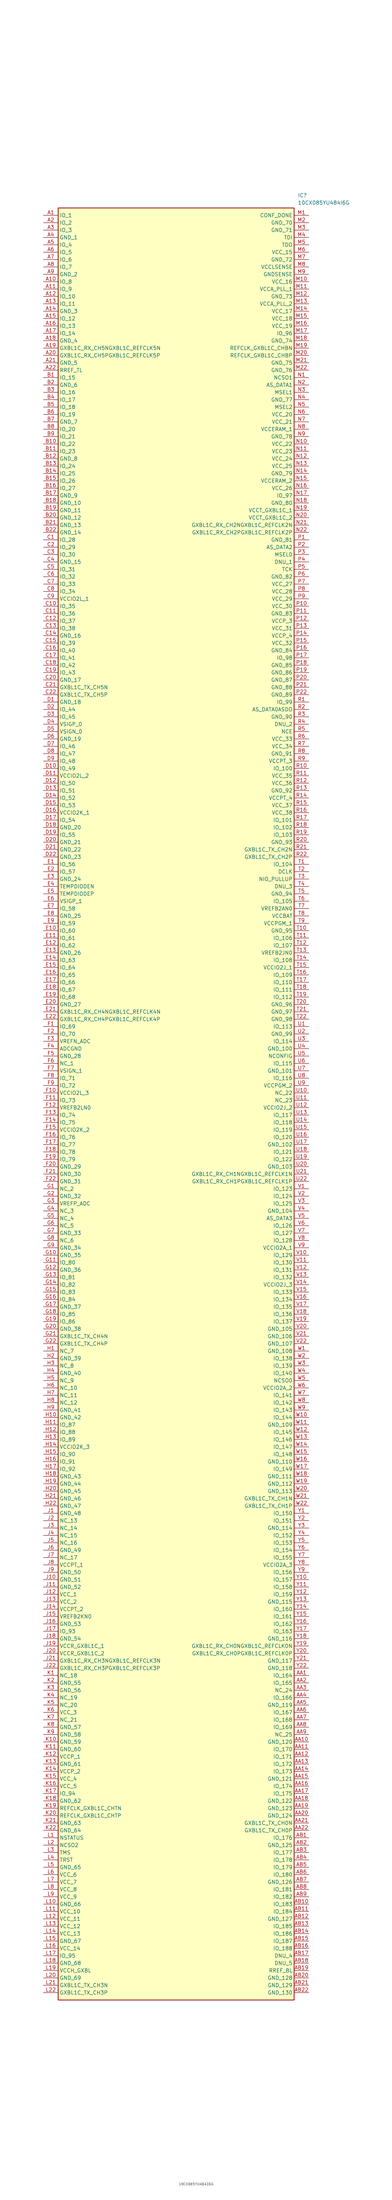
<source format=kicad_sym>
(kicad_symbol_lib
  (version 20211014)
  (generator SamacSys_ECAD_Model)
  (symbol "10CX085YU484I6G"
    (property "Reference" "IC"
      (at 87.63 7.62 0)
      (effects (font (size 1.27 1.27)) (justify left top)))
    (property "Value" "10CX085YU484I6G"
      (at 87.63 5.08 0)
      (effects (font (size 1.27 1.27)) (justify left top)))
    (rectangle
      (start 5.08 2.54)
      (end 86.36 -614.68)
      (stroke (width 0.254) (type default))
      (fill (type background)))
    (pin passive line
      (at 0 0 0)
      (length 5.08)
      (name "IO_1" (effects (font (size 1.27 1.27))))
      (number "A1" (effects (font (size 1.27 1.27)))))
    (pin passive line
      (at 0 -2.54 0)
      (length 5.08)
      (name "IO_2" (effects (font (size 1.27 1.27))))
      (number "A2" (effects (font (size 1.27 1.27)))))
    (pin passive line
      (at 0 -5.08 0)
      (length 5.08)
      (name "IO_3" (effects (font (size 1.27 1.27))))
      (number "A3" (effects (font (size 1.27 1.27)))))
    (pin passive line
      (at 0 -7.62 0)
      (length 5.08)
      (name "GND_1" (effects (font (size 1.27 1.27))))
      (number "A4" (effects (font (size 1.27 1.27)))))
    (pin passive line
      (at 0 -10.16 0)
      (length 5.08)
      (name "IO_4" (effects (font (size 1.27 1.27))))
      (number "A5" (effects (font (size 1.27 1.27)))))
    (pin passive line
      (at 0 -12.7 0)
      (length 5.08)
      (name "IO_5" (effects (font (size 1.27 1.27))))
      (number "A6" (effects (font (size 1.27 1.27)))))
    (pin passive line
      (at 0 -15.24 0)
      (length 5.08)
      (name "IO_6" (effects (font (size 1.27 1.27))))
      (number "A7" (effects (font (size 1.27 1.27)))))
    (pin passive line
      (at 0 -17.78 0)
      (length 5.08)
      (name "IO_7" (effects (font (size 1.27 1.27))))
      (number "A8" (effects (font (size 1.27 1.27)))))
    (pin passive line
      (at 0 -20.32 0)
      (length 5.08)
      (name "GND_2" (effects (font (size 1.27 1.27))))
      (number "A9" (effects (font (size 1.27 1.27)))))
    (pin passive line
      (at 0 -22.86 0)
      (length 5.08)
      (name "IO_8" (effects (font (size 1.27 1.27))))
      (number "A10" (effects (font (size 1.27 1.27)))))
    (pin passive line
      (at 0 -25.4 0)
      (length 5.08)
      (name "IO_9" (effects (font (size 1.27 1.27))))
      (number "A11" (effects (font (size 1.27 1.27)))))
    (pin passive line
      (at 0 -27.94 0)
      (length 5.08)
      (name "IO_10" (effects (font (size 1.27 1.27))))
      (number "A12" (effects (font (size 1.27 1.27)))))
    (pin passive line
      (at 0 -30.48 0)
      (length 5.08)
      (name "IO_11" (effects (font (size 1.27 1.27))))
      (number "A13" (effects (font (size 1.27 1.27)))))
    (pin passive line
      (at 0 -33.02 0)
      (length 5.08)
      (name "GND_3" (effects (font (size 1.27 1.27))))
      (number "A14" (effects (font (size 1.27 1.27)))))
    (pin passive line
      (at 0 -35.56 0)
      (length 5.08)
      (name "IO_12" (effects (font (size 1.27 1.27))))
      (number "A15" (effects (font (size 1.27 1.27)))))
    (pin passive line
      (at 0 -38.1 0)
      (length 5.08)
      (name "IO_13" (effects (font (size 1.27 1.27))))
      (number "A16" (effects (font (size 1.27 1.27)))))
    (pin passive line
      (at 0 -40.64 0)
      (length 5.08)
      (name "IO_14" (effects (font (size 1.27 1.27))))
      (number "A17" (effects (font (size 1.27 1.27)))))
    (pin passive line
      (at 0 -43.18 0)
      (length 5.08)
      (name "GND_4" (effects (font (size 1.27 1.27))))
      (number "A18" (effects (font (size 1.27 1.27)))))
    (pin passive line
      (at 0 -45.72 0)
      (length 5.08)
      (name "GXBL1C_RX_CH5NGXBL1C_REFCLK5N" (effects (font (size 1.27 1.27))))
      (number "A19" (effects (font (size 1.27 1.27)))))
    (pin passive line
      (at 0 -48.26 0)
      (length 5.08)
      (name "GXBL1C_RX_CH5PGXBL1C_REFCLK5P" (effects (font (size 1.27 1.27))))
      (number "A20" (effects (font (size 1.27 1.27)))))
    (pin passive line
      (at 0 -50.8 0)
      (length 5.08)
      (name "GND_5" (effects (font (size 1.27 1.27))))
      (number "A21" (effects (font (size 1.27 1.27)))))
    (pin passive line
      (at 0 -53.34 0)
      (length 5.08)
      (name "RREF_TL" (effects (font (size 1.27 1.27))))
      (number "A22" (effects (font (size 1.27 1.27)))))
    (pin passive line
      (at 0 -55.88 0)
      (length 5.08)
      (name "IO_15" (effects (font (size 1.27 1.27))))
      (number "B1" (effects (font (size 1.27 1.27)))))
    (pin passive line
      (at 0 -58.42 0)
      (length 5.08)
      (name "GND_6" (effects (font (size 1.27 1.27))))
      (number "B2" (effects (font (size 1.27 1.27)))))
    (pin passive line
      (at 0 -60.96 0)
      (length 5.08)
      (name "IO_16" (effects (font (size 1.27 1.27))))
      (number "B3" (effects (font (size 1.27 1.27)))))
    (pin passive line
      (at 0 -63.5 0)
      (length 5.08)
      (name "IO_17" (effects (font (size 1.27 1.27))))
      (number "B4" (effects (font (size 1.27 1.27)))))
    (pin passive line
      (at 0 -66.04 0)
      (length 5.08)
      (name "IO_18" (effects (font (size 1.27 1.27))))
      (number "B5" (effects (font (size 1.27 1.27)))))
    (pin passive line
      (at 0 -68.58 0)
      (length 5.08)
      (name "IO_19" (effects (font (size 1.27 1.27))))
      (number "B6" (effects (font (size 1.27 1.27)))))
    (pin passive line
      (at 0 -71.12 0)
      (length 5.08)
      (name "GND_7" (effects (font (size 1.27 1.27))))
      (number "B7" (effects (font (size 1.27 1.27)))))
    (pin passive line
      (at 0 -73.66 0)
      (length 5.08)
      (name "IO_20" (effects (font (size 1.27 1.27))))
      (number "B8" (effects (font (size 1.27 1.27)))))
    (pin passive line
      (at 0 -76.2 0)
      (length 5.08)
      (name "IO_21" (effects (font (size 1.27 1.27))))
      (number "B9" (effects (font (size 1.27 1.27)))))
    (pin passive line
      (at 0 -78.74 0)
      (length 5.08)
      (name "IO_22" (effects (font (size 1.27 1.27))))
      (number "B10" (effects (font (size 1.27 1.27)))))
    (pin passive line
      (at 0 -81.28 0)
      (length 5.08)
      (name "IO_23" (effects (font (size 1.27 1.27))))
      (number "B11" (effects (font (size 1.27 1.27)))))
    (pin passive line
      (at 0 -83.82 0)
      (length 5.08)
      (name "GND_8" (effects (font (size 1.27 1.27))))
      (number "B12" (effects (font (size 1.27 1.27)))))
    (pin passive line
      (at 0 -86.36 0)
      (length 5.08)
      (name "IO_24" (effects (font (size 1.27 1.27))))
      (number "B13" (effects (font (size 1.27 1.27)))))
    (pin passive line
      (at 0 -88.9 0)
      (length 5.08)
      (name "IO_25" (effects (font (size 1.27 1.27))))
      (number "B14" (effects (font (size 1.27 1.27)))))
    (pin passive line
      (at 0 -91.44 0)
      (length 5.08)
      (name "IO_26" (effects (font (size 1.27 1.27))))
      (number "B15" (effects (font (size 1.27 1.27)))))
    (pin passive line
      (at 0 -93.98 0)
      (length 5.08)
      (name "IO_27" (effects (font (size 1.27 1.27))))
      (number "B16" (effects (font (size 1.27 1.27)))))
    (pin passive line
      (at 0 -96.52 0)
      (length 5.08)
      (name "GND_9" (effects (font (size 1.27 1.27))))
      (number "B17" (effects (font (size 1.27 1.27)))))
    (pin passive line
      (at 0 -99.06 0)
      (length 5.08)
      (name "GND_10" (effects (font (size 1.27 1.27))))
      (number "B18" (effects (font (size 1.27 1.27)))))
    (pin passive line
      (at 0 -101.6 0)
      (length 5.08)
      (name "GND_11" (effects (font (size 1.27 1.27))))
      (number "B19" (effects (font (size 1.27 1.27)))))
    (pin passive line
      (at 0 -104.14 0)
      (length 5.08)
      (name "GND_12" (effects (font (size 1.27 1.27))))
      (number "B20" (effects (font (size 1.27 1.27)))))
    (pin passive line
      (at 0 -106.68 0)
      (length 5.08)
      (name "GND_13" (effects (font (size 1.27 1.27))))
      (number "B21" (effects (font (size 1.27 1.27)))))
    (pin passive line
      (at 0 -109.22 0)
      (length 5.08)
      (name "GND_14" (effects (font (size 1.27 1.27))))
      (number "B22" (effects (font (size 1.27 1.27)))))
    (pin passive line
      (at 0 -111.76 0)
      (length 5.08)
      (name "IO_28" (effects (font (size 1.27 1.27))))
      (number "C1" (effects (font (size 1.27 1.27)))))
    (pin passive line
      (at 0 -114.3 0)
      (length 5.08)
      (name "IO_29" (effects (font (size 1.27 1.27))))
      (number "C2" (effects (font (size 1.27 1.27)))))
    (pin passive line
      (at 0 -116.84 0)
      (length 5.08)
      (name "IO_30" (effects (font (size 1.27 1.27))))
      (number "C3" (effects (font (size 1.27 1.27)))))
    (pin passive line
      (at 0 -119.38 0)
      (length 5.08)
      (name "GND_15" (effects (font (size 1.27 1.27))))
      (number "C4" (effects (font (size 1.27 1.27)))))
    (pin passive line
      (at 0 -121.92 0)
      (length 5.08)
      (name "IO_31" (effects (font (size 1.27 1.27))))
      (number "C5" (effects (font (size 1.27 1.27)))))
    (pin passive line
      (at 0 -124.46 0)
      (length 5.08)
      (name "IO_32" (effects (font (size 1.27 1.27))))
      (number "C6" (effects (font (size 1.27 1.27)))))
    (pin passive line
      (at 0 -127 0)
      (length 5.08)
      (name "IO_33" (effects (font (size 1.27 1.27))))
      (number "C7" (effects (font (size 1.27 1.27)))))
    (pin passive line
      (at 0 -129.54 0)
      (length 5.08)
      (name "IO_34" (effects (font (size 1.27 1.27))))
      (number "C8" (effects (font (size 1.27 1.27)))))
    (pin passive line
      (at 0 -132.08 0)
      (length 5.08)
      (name "VCCIO2L_1" (effects (font (size 1.27 1.27))))
      (number "C9" (effects (font (size 1.27 1.27)))))
    (pin passive line
      (at 0 -134.62 0)
      (length 5.08)
      (name "IO_35" (effects (font (size 1.27 1.27))))
      (number "C10" (effects (font (size 1.27 1.27)))))
    (pin passive line
      (at 0 -137.16 0)
      (length 5.08)
      (name "IO_36" (effects (font (size 1.27 1.27))))
      (number "C11" (effects (font (size 1.27 1.27)))))
    (pin passive line
      (at 0 -139.7 0)
      (length 5.08)
      (name "IO_37" (effects (font (size 1.27 1.27))))
      (number "C12" (effects (font (size 1.27 1.27)))))
    (pin passive line
      (at 0 -142.24 0)
      (length 5.08)
      (name "IO_38" (effects (font (size 1.27 1.27))))
      (number "C13" (effects (font (size 1.27 1.27)))))
    (pin passive line
      (at 0 -144.78 0)
      (length 5.08)
      (name "GND_16" (effects (font (size 1.27 1.27))))
      (number "C14" (effects (font (size 1.27 1.27)))))
    (pin passive line
      (at 0 -147.32 0)
      (length 5.08)
      (name "IO_39" (effects (font (size 1.27 1.27))))
      (number "C15" (effects (font (size 1.27 1.27)))))
    (pin passive line
      (at 0 -149.86 0)
      (length 5.08)
      (name "IO_40" (effects (font (size 1.27 1.27))))
      (number "C16" (effects (font (size 1.27 1.27)))))
    (pin passive line
      (at 0 -152.4 0)
      (length 5.08)
      (name "IO_41" (effects (font (size 1.27 1.27))))
      (number "C17" (effects (font (size 1.27 1.27)))))
    (pin passive line
      (at 0 -154.94 0)
      (length 5.08)
      (name "IO_42" (effects (font (size 1.27 1.27))))
      (number "C18" (effects (font (size 1.27 1.27)))))
    (pin passive line
      (at 0 -157.48 0)
      (length 5.08)
      (name "IO_43" (effects (font (size 1.27 1.27))))
      (number "C19" (effects (font (size 1.27 1.27)))))
    (pin passive line
      (at 0 -160.02 0)
      (length 5.08)
      (name "GND_17" (effects (font (size 1.27 1.27))))
      (number "C20" (effects (font (size 1.27 1.27)))))
    (pin passive line
      (at 0 -162.56 0)
      (length 5.08)
      (name "GXBL1C_TX_CH5N" (effects (font (size 1.27 1.27))))
      (number "C21" (effects (font (size 1.27 1.27)))))
    (pin passive line
      (at 0 -165.1 0)
      (length 5.08)
      (name "GXBL1C_TX_CH5P" (effects (font (size 1.27 1.27))))
      (number "C22" (effects (font (size 1.27 1.27)))))
    (pin passive line
      (at 0 -167.64 0)
      (length 5.08)
      (name "GND_18" (effects (font (size 1.27 1.27))))
      (number "D1" (effects (font (size 1.27 1.27)))))
    (pin passive line
      (at 0 -170.18 0)
      (length 5.08)
      (name "IO_44" (effects (font (size 1.27 1.27))))
      (number "D2" (effects (font (size 1.27 1.27)))))
    (pin passive line
      (at 0 -172.72 0)
      (length 5.08)
      (name "IO_45" (effects (font (size 1.27 1.27))))
      (number "D3" (effects (font (size 1.27 1.27)))))
    (pin passive line
      (at 0 -175.26 0)
      (length 5.08)
      (name "VSIGP_0" (effects (font (size 1.27 1.27))))
      (number "D4" (effects (font (size 1.27 1.27)))))
    (pin passive line
      (at 0 -177.8 0)
      (length 5.08)
      (name "VSIGN_0" (effects (font (size 1.27 1.27))))
      (number "D5" (effects (font (size 1.27 1.27)))))
    (pin passive line
      (at 0 -180.34 0)
      (length 5.08)
      (name "GND_19" (effects (font (size 1.27 1.27))))
      (number "D6" (effects (font (size 1.27 1.27)))))
    (pin passive line
      (at 0 -182.88 0)
      (length 5.08)
      (name "IO_46" (effects (font (size 1.27 1.27))))
      (number "D7" (effects (font (size 1.27 1.27)))))
    (pin passive line
      (at 0 -185.42 0)
      (length 5.08)
      (name "IO_47" (effects (font (size 1.27 1.27))))
      (number "D8" (effects (font (size 1.27 1.27)))))
    (pin passive line
      (at 0 -187.96 0)
      (length 5.08)
      (name "IO_48" (effects (font (size 1.27 1.27))))
      (number "D9" (effects (font (size 1.27 1.27)))))
    (pin passive line
      (at 0 -190.5 0)
      (length 5.08)
      (name "IO_49" (effects (font (size 1.27 1.27))))
      (number "D10" (effects (font (size 1.27 1.27)))))
    (pin passive line
      (at 0 -193.04 0)
      (length 5.08)
      (name "VCCIO2L_2" (effects (font (size 1.27 1.27))))
      (number "D11" (effects (font (size 1.27 1.27)))))
    (pin passive line
      (at 0 -195.58 0)
      (length 5.08)
      (name "IO_50" (effects (font (size 1.27 1.27))))
      (number "D12" (effects (font (size 1.27 1.27)))))
    (pin passive line
      (at 0 -198.12 0)
      (length 5.08)
      (name "IO_51" (effects (font (size 1.27 1.27))))
      (number "D13" (effects (font (size 1.27 1.27)))))
    (pin passive line
      (at 0 -200.66 0)
      (length 5.08)
      (name "IO_52" (effects (font (size 1.27 1.27))))
      (number "D14" (effects (font (size 1.27 1.27)))))
    (pin passive line
      (at 0 -203.2 0)
      (length 5.08)
      (name "IO_53" (effects (font (size 1.27 1.27))))
      (number "D15" (effects (font (size 1.27 1.27)))))
    (pin passive line
      (at 0 -205.74 0)
      (length 5.08)
      (name "VCCIO2K_1" (effects (font (size 1.27 1.27))))
      (number "D16" (effects (font (size 1.27 1.27)))))
    (pin passive line
      (at 0 -208.28 0)
      (length 5.08)
      (name "IO_54" (effects (font (size 1.27 1.27))))
      (number "D17" (effects (font (size 1.27 1.27)))))
    (pin passive line
      (at 0 -210.82 0)
      (length 5.08)
      (name "GND_20" (effects (font (size 1.27 1.27))))
      (number "D18" (effects (font (size 1.27 1.27)))))
    (pin passive line
      (at 0 -213.36 0)
      (length 5.08)
      (name "IO_55" (effects (font (size 1.27 1.27))))
      (number "D19" (effects (font (size 1.27 1.27)))))
    (pin passive line
      (at 0 -215.9 0)
      (length 5.08)
      (name "GND_21" (effects (font (size 1.27 1.27))))
      (number "D20" (effects (font (size 1.27 1.27)))))
    (pin passive line
      (at 0 -218.44 0)
      (length 5.08)
      (name "GND_22" (effects (font (size 1.27 1.27))))
      (number "D21" (effects (font (size 1.27 1.27)))))
    (pin passive line
      (at 0 -220.98 0)
      (length 5.08)
      (name "GND_23" (effects (font (size 1.27 1.27))))
      (number "D22" (effects (font (size 1.27 1.27)))))
    (pin passive line
      (at 0 -223.52 0)
      (length 5.08)
      (name "IO_56" (effects (font (size 1.27 1.27))))
      (number "E1" (effects (font (size 1.27 1.27)))))
    (pin passive line
      (at 0 -226.06 0)
      (length 5.08)
      (name "IO_57" (effects (font (size 1.27 1.27))))
      (number "E2" (effects (font (size 1.27 1.27)))))
    (pin passive line
      (at 0 -228.6 0)
      (length 5.08)
      (name "GND_24" (effects (font (size 1.27 1.27))))
      (number "E3" (effects (font (size 1.27 1.27)))))
    (pin passive line
      (at 0 -231.14 0)
      (length 5.08)
      (name "TEMPDIODEN" (effects (font (size 1.27 1.27))))
      (number "E4" (effects (font (size 1.27 1.27)))))
    (pin passive line
      (at 0 -233.68 0)
      (length 5.08)
      (name "TEMPDIODEP" (effects (font (size 1.27 1.27))))
      (number "E5" (effects (font (size 1.27 1.27)))))
    (pin passive line
      (at 0 -236.22 0)
      (length 5.08)
      (name "VSIGP_1" (effects (font (size 1.27 1.27))))
      (number "E6" (effects (font (size 1.27 1.27)))))
    (pin passive line
      (at 0 -238.76 0)
      (length 5.08)
      (name "IO_58" (effects (font (size 1.27 1.27))))
      (number "E7" (effects (font (size 1.27 1.27)))))
    (pin passive line
      (at 0 -241.3 0)
      (length 5.08)
      (name "GND_25" (effects (font (size 1.27 1.27))))
      (number "E8" (effects (font (size 1.27 1.27)))))
    (pin passive line
      (at 0 -243.84 0)
      (length 5.08)
      (name "IO_59" (effects (font (size 1.27 1.27))))
      (number "E9" (effects (font (size 1.27 1.27)))))
    (pin passive line
      (at 0 -246.38 0)
      (length 5.08)
      (name "IO_60" (effects (font (size 1.27 1.27))))
      (number "E10" (effects (font (size 1.27 1.27)))))
    (pin passive line
      (at 0 -248.92 0)
      (length 5.08)
      (name "IO_61" (effects (font (size 1.27 1.27))))
      (number "E11" (effects (font (size 1.27 1.27)))))
    (pin passive line
      (at 0 -251.46 0)
      (length 5.08)
      (name "IO_62" (effects (font (size 1.27 1.27))))
      (number "E12" (effects (font (size 1.27 1.27)))))
    (pin passive line
      (at 0 -254 0)
      (length 5.08)
      (name "GND_26" (effects (font (size 1.27 1.27))))
      (number "E13" (effects (font (size 1.27 1.27)))))
    (pin passive line
      (at 0 -256.54 0)
      (length 5.08)
      (name "IO_63" (effects (font (size 1.27 1.27))))
      (number "E14" (effects (font (size 1.27 1.27)))))
    (pin passive line
      (at 0 -259.08 0)
      (length 5.08)
      (name "IO_64" (effects (font (size 1.27 1.27))))
      (number "E15" (effects (font (size 1.27 1.27)))))
    (pin passive line
      (at 0 -261.62 0)
      (length 5.08)
      (name "IO_65" (effects (font (size 1.27 1.27))))
      (number "E16" (effects (font (size 1.27 1.27)))))
    (pin passive line
      (at 0 -264.16 0)
      (length 5.08)
      (name "IO_66" (effects (font (size 1.27 1.27))))
      (number "E17" (effects (font (size 1.27 1.27)))))
    (pin passive line
      (at 0 -266.7 0)
      (length 5.08)
      (name "IO_67" (effects (font (size 1.27 1.27))))
      (number "E18" (effects (font (size 1.27 1.27)))))
    (pin passive line
      (at 0 -269.24 0)
      (length 5.08)
      (name "IO_68" (effects (font (size 1.27 1.27))))
      (number "E19" (effects (font (size 1.27 1.27)))))
    (pin passive line
      (at 0 -271.78 0)
      (length 5.08)
      (name "GND_27" (effects (font (size 1.27 1.27))))
      (number "E20" (effects (font (size 1.27 1.27)))))
    (pin passive line
      (at 0 -274.32 0)
      (length 5.08)
      (name "GXBL1C_RX_CH4NGXBL1C_REFCLK4N" (effects (font (size 1.27 1.27))))
      (number "E21" (effects (font (size 1.27 1.27)))))
    (pin passive line
      (at 0 -276.86 0)
      (length 5.08)
      (name "GXBL1C_RX_CH4PGXBL1C_REFCLK4P" (effects (font (size 1.27 1.27))))
      (number "E22" (effects (font (size 1.27 1.27)))))
    (pin passive line
      (at 0 -279.4 0)
      (length 5.08)
      (name "IO_69" (effects (font (size 1.27 1.27))))
      (number "F1" (effects (font (size 1.27 1.27)))))
    (pin passive line
      (at 0 -281.94 0)
      (length 5.08)
      (name "IO_70" (effects (font (size 1.27 1.27))))
      (number "F2" (effects (font (size 1.27 1.27)))))
    (pin passive line
      (at 0 -284.48 0)
      (length 5.08)
      (name "VREFN_ADC" (effects (font (size 1.27 1.27))))
      (number "F3" (effects (font (size 1.27 1.27)))))
    (pin passive line
      (at 0 -287.02 0)
      (length 5.08)
      (name "ADCGND" (effects (font (size 1.27 1.27))))
      (number "F4" (effects (font (size 1.27 1.27)))))
    (pin passive line
      (at 0 -289.56 0)
      (length 5.08)
      (name "GND_28" (effects (font (size 1.27 1.27))))
      (number "F5" (effects (font (size 1.27 1.27)))))
    (pin passive line
      (at 0 -292.1 0)
      (length 5.08)
      (name "NC_1" (effects (font (size 1.27 1.27))))
      (number "F6" (effects (font (size 1.27 1.27)))))
    (pin passive line
      (at 0 -294.64 0)
      (length 5.08)
      (name "VSIGN_1" (effects (font (size 1.27 1.27))))
      (number "F7" (effects (font (size 1.27 1.27)))))
    (pin passive line
      (at 0 -297.18 0)
      (length 5.08)
      (name "IO_71" (effects (font (size 1.27 1.27))))
      (number "F8" (effects (font (size 1.27 1.27)))))
    (pin passive line
      (at 0 -299.72 0)
      (length 5.08)
      (name "IO_72" (effects (font (size 1.27 1.27))))
      (number "F9" (effects (font (size 1.27 1.27)))))
    (pin passive line
      (at 0 -302.26 0)
      (length 5.08)
      (name "VCCIO2L_3" (effects (font (size 1.27 1.27))))
      (number "F10" (effects (font (size 1.27 1.27)))))
    (pin passive line
      (at 0 -304.8 0)
      (length 5.08)
      (name "IO_73" (effects (font (size 1.27 1.27))))
      (number "F11" (effects (font (size 1.27 1.27)))))
    (pin passive line
      (at 0 -307.34 0)
      (length 5.08)
      (name "VREFB2LN0" (effects (font (size 1.27 1.27))))
      (number "F12" (effects (font (size 1.27 1.27)))))
    (pin passive line
      (at 0 -309.88 0)
      (length 5.08)
      (name "IO_74" (effects (font (size 1.27 1.27))))
      (number "F13" (effects (font (size 1.27 1.27)))))
    (pin passive line
      (at 0 -312.42 0)
      (length 5.08)
      (name "IO_75" (effects (font (size 1.27 1.27))))
      (number "F14" (effects (font (size 1.27 1.27)))))
    (pin passive line
      (at 0 -314.96 0)
      (length 5.08)
      (name "VCCIO2K_2" (effects (font (size 1.27 1.27))))
      (number "F15" (effects (font (size 1.27 1.27)))))
    (pin passive line
      (at 0 -317.5 0)
      (length 5.08)
      (name "IO_76" (effects (font (size 1.27 1.27))))
      (number "F16" (effects (font (size 1.27 1.27)))))
    (pin passive line
      (at 0 -320.04 0)
      (length 5.08)
      (name "IO_77" (effects (font (size 1.27 1.27))))
      (number "F17" (effects (font (size 1.27 1.27)))))
    (pin passive line
      (at 0 -322.58 0)
      (length 5.08)
      (name "IO_78" (effects (font (size 1.27 1.27))))
      (number "F18" (effects (font (size 1.27 1.27)))))
    (pin passive line
      (at 0 -325.12 0)
      (length 5.08)
      (name "IO_79" (effects (font (size 1.27 1.27))))
      (number "F19" (effects (font (size 1.27 1.27)))))
    (pin passive line
      (at 0 -327.66 0)
      (length 5.08)
      (name "GND_29" (effects (font (size 1.27 1.27))))
      (number "F20" (effects (font (size 1.27 1.27)))))
    (pin passive line
      (at 0 -330.2 0)
      (length 5.08)
      (name "GND_30" (effects (font (size 1.27 1.27))))
      (number "F21" (effects (font (size 1.27 1.27)))))
    (pin passive line
      (at 0 -332.74 0)
      (length 5.08)
      (name "GND_31" (effects (font (size 1.27 1.27))))
      (number "F22" (effects (font (size 1.27 1.27)))))
    (pin passive line
      (at 0 -335.28 0)
      (length 5.08)
      (name "NC_2" (effects (font (size 1.27 1.27))))
      (number "G1" (effects (font (size 1.27 1.27)))))
    (pin passive line
      (at 0 -337.82 0)
      (length 5.08)
      (name "GND_32" (effects (font (size 1.27 1.27))))
      (number "G2" (effects (font (size 1.27 1.27)))))
    (pin passive line
      (at 0 -340.36 0)
      (length 5.08)
      (name "VREFP_ADC" (effects (font (size 1.27 1.27))))
      (number "G3" (effects (font (size 1.27 1.27)))))
    (pin passive line
      (at 0 -342.9 0)
      (length 5.08)
      (name "NC_3" (effects (font (size 1.27 1.27))))
      (number "G4" (effects (font (size 1.27 1.27)))))
    (pin passive line
      (at 0 -345.44 0)
      (length 5.08)
      (name "NC_4" (effects (font (size 1.27 1.27))))
      (number "G5" (effects (font (size 1.27 1.27)))))
    (pin passive line
      (at 0 -347.98 0)
      (length 5.08)
      (name "NC_5" (effects (font (size 1.27 1.27))))
      (number "G6" (effects (font (size 1.27 1.27)))))
    (pin passive line
      (at 0 -350.52 0)
      (length 5.08)
      (name "GND_33" (effects (font (size 1.27 1.27))))
      (number "G7" (effects (font (size 1.27 1.27)))))
    (pin passive line
      (at 0 -353.06 0)
      (length 5.08)
      (name "NC_6" (effects (font (size 1.27 1.27))))
      (number "G8" (effects (font (size 1.27 1.27)))))
    (pin passive line
      (at 0 -355.6 0)
      (length 5.08)
      (name "GND_34" (effects (font (size 1.27 1.27))))
      (number "G9" (effects (font (size 1.27 1.27)))))
    (pin passive line
      (at 0 -358.14 0)
      (length 5.08)
      (name "GND_35" (effects (font (size 1.27 1.27))))
      (number "G10" (effects (font (size 1.27 1.27)))))
    (pin passive line
      (at 0 -360.68 0)
      (length 5.08)
      (name "IO_80" (effects (font (size 1.27 1.27))))
      (number "G11" (effects (font (size 1.27 1.27)))))
    (pin passive line
      (at 0 -363.22 0)
      (length 5.08)
      (name "GND_36" (effects (font (size 1.27 1.27))))
      (number "G12" (effects (font (size 1.27 1.27)))))
    (pin passive line
      (at 0 -365.76 0)
      (length 5.08)
      (name "IO_81" (effects (font (size 1.27 1.27))))
      (number "G13" (effects (font (size 1.27 1.27)))))
    (pin passive line
      (at 0 -368.3 0)
      (length 5.08)
      (name "IO_82" (effects (font (size 1.27 1.27))))
      (number "G14" (effects (font (size 1.27 1.27)))))
    (pin passive line
      (at 0 -370.84 0)
      (length 5.08)
      (name "IO_83" (effects (font (size 1.27 1.27))))
      (number "G15" (effects (font (size 1.27 1.27)))))
    (pin passive line
      (at 0 -373.38 0)
      (length 5.08)
      (name "IO_84" (effects (font (size 1.27 1.27))))
      (number "G16" (effects (font (size 1.27 1.27)))))
    (pin passive line
      (at 0 -375.92 0)
      (length 5.08)
      (name "GND_37" (effects (font (size 1.27 1.27))))
      (number "G17" (effects (font (size 1.27 1.27)))))
    (pin passive line
      (at 0 -378.46 0)
      (length 5.08)
      (name "IO_85" (effects (font (size 1.27 1.27))))
      (number "G18" (effects (font (size 1.27 1.27)))))
    (pin passive line
      (at 0 -381 0)
      (length 5.08)
      (name "IO_86" (effects (font (size 1.27 1.27))))
      (number "G19" (effects (font (size 1.27 1.27)))))
    (pin passive line
      (at 0 -383.54 0)
      (length 5.08)
      (name "GND_38" (effects (font (size 1.27 1.27))))
      (number "G20" (effects (font (size 1.27 1.27)))))
    (pin passive line
      (at 0 -386.08 0)
      (length 5.08)
      (name "GXBL1C_TX_CH4N" (effects (font (size 1.27 1.27))))
      (number "G21" (effects (font (size 1.27 1.27)))))
    (pin passive line
      (at 0 -388.62 0)
      (length 5.08)
      (name "GXBL1C_TX_CH4P" (effects (font (size 1.27 1.27))))
      (number "G22" (effects (font (size 1.27 1.27)))))
    (pin passive line
      (at 0 -391.16 0)
      (length 5.08)
      (name "NC_7" (effects (font (size 1.27 1.27))))
      (number "H1" (effects (font (size 1.27 1.27)))))
    (pin passive line
      (at 0 -393.7 0)
      (length 5.08)
      (name "GND_39" (effects (font (size 1.27 1.27))))
      (number "H2" (effects (font (size 1.27 1.27)))))
    (pin passive line
      (at 0 -396.24 0)
      (length 5.08)
      (name "NC_8" (effects (font (size 1.27 1.27))))
      (number "H3" (effects (font (size 1.27 1.27)))))
    (pin passive line
      (at 0 -398.78 0)
      (length 5.08)
      (name "GND_40" (effects (font (size 1.27 1.27))))
      (number "H4" (effects (font (size 1.27 1.27)))))
    (pin passive line
      (at 0 -401.32 0)
      (length 5.08)
      (name "NC_9" (effects (font (size 1.27 1.27))))
      (number "H5" (effects (font (size 1.27 1.27)))))
    (pin passive line
      (at 0 -403.86 0)
      (length 5.08)
      (name "NC_10" (effects (font (size 1.27 1.27))))
      (number "H6" (effects (font (size 1.27 1.27)))))
    (pin passive line
      (at 0 -406.4 0)
      (length 5.08)
      (name "NC_11" (effects (font (size 1.27 1.27))))
      (number "H7" (effects (font (size 1.27 1.27)))))
    (pin passive line
      (at 0 -408.94 0)
      (length 5.08)
      (name "NC_12" (effects (font (size 1.27 1.27))))
      (number "H8" (effects (font (size 1.27 1.27)))))
    (pin passive line
      (at 0 -411.48 0)
      (length 5.08)
      (name "GND_41" (effects (font (size 1.27 1.27))))
      (number "H9" (effects (font (size 1.27 1.27)))))
    (pin passive line
      (at 0 -414.02 0)
      (length 5.08)
      (name "GND_42" (effects (font (size 1.27 1.27))))
      (number "H10" (effects (font (size 1.27 1.27)))))
    (pin passive line
      (at 0 -416.56 0)
      (length 5.08)
      (name "IO_87" (effects (font (size 1.27 1.27))))
      (number "H11" (effects (font (size 1.27 1.27)))))
    (pin passive line
      (at 0 -419.1 0)
      (length 5.08)
      (name "IO_88" (effects (font (size 1.27 1.27))))
      (number "H12" (effects (font (size 1.27 1.27)))))
    (pin passive line
      (at 0 -421.64 0)
      (length 5.08)
      (name "IO_89" (effects (font (size 1.27 1.27))))
      (number "H13" (effects (font (size 1.27 1.27)))))
    (pin passive line
      (at 0 -424.18 0)
      (length 5.08)
      (name "VCCIO2K_3" (effects (font (size 1.27 1.27))))
      (number "H14" (effects (font (size 1.27 1.27)))))
    (pin passive line
      (at 0 -426.72 0)
      (length 5.08)
      (name "IO_90" (effects (font (size 1.27 1.27))))
      (number "H15" (effects (font (size 1.27 1.27)))))
    (pin passive line
      (at 0 -429.26 0)
      (length 5.08)
      (name "IO_91" (effects (font (size 1.27 1.27))))
      (number "H16" (effects (font (size 1.27 1.27)))))
    (pin passive line
      (at 0 -431.8 0)
      (length 5.08)
      (name "IO_92" (effects (font (size 1.27 1.27))))
      (number "H17" (effects (font (size 1.27 1.27)))))
    (pin passive line
      (at 0 -434.34 0)
      (length 5.08)
      (name "GND_43" (effects (font (size 1.27 1.27))))
      (number "H18" (effects (font (size 1.27 1.27)))))
    (pin passive line
      (at 0 -436.88 0)
      (length 5.08)
      (name "GND_44" (effects (font (size 1.27 1.27))))
      (number "H19" (effects (font (size 1.27 1.27)))))
    (pin passive line
      (at 0 -439.42 0)
      (length 5.08)
      (name "GND_45" (effects (font (size 1.27 1.27))))
      (number "H20" (effects (font (size 1.27 1.27)))))
    (pin passive line
      (at 0 -441.96 0)
      (length 5.08)
      (name "GND_46" (effects (font (size 1.27 1.27))))
      (number "H21" (effects (font (size 1.27 1.27)))))
    (pin passive line
      (at 0 -444.5 0)
      (length 5.08)
      (name "GND_47" (effects (font (size 1.27 1.27))))
      (number "H22" (effects (font (size 1.27 1.27)))))
    (pin passive line
      (at 0 -447.04 0)
      (length 5.08)
      (name "GND_48" (effects (font (size 1.27 1.27))))
      (number "J1" (effects (font (size 1.27 1.27)))))
    (pin passive line
      (at 0 -449.58 0)
      (length 5.08)
      (name "NC_13" (effects (font (size 1.27 1.27))))
      (number "J2" (effects (font (size 1.27 1.27)))))
    (pin passive line
      (at 0 -452.12 0)
      (length 5.08)
      (name "NC_14" (effects (font (size 1.27 1.27))))
      (number "J3" (effects (font (size 1.27 1.27)))))
    (pin passive line
      (at 0 -454.66 0)
      (length 5.08)
      (name "NC_15" (effects (font (size 1.27 1.27))))
      (number "J4" (effects (font (size 1.27 1.27)))))
    (pin passive line
      (at 0 -457.2 0)
      (length 5.08)
      (name "NC_16" (effects (font (size 1.27 1.27))))
      (number "J5" (effects (font (size 1.27 1.27)))))
    (pin passive line
      (at 0 -459.74 0)
      (length 5.08)
      (name "GND_49" (effects (font (size 1.27 1.27))))
      (number "J6" (effects (font (size 1.27 1.27)))))
    (pin passive line
      (at 0 -462.28 0)
      (length 5.08)
      (name "NC_17" (effects (font (size 1.27 1.27))))
      (number "J7" (effects (font (size 1.27 1.27)))))
    (pin passive line
      (at 0 -464.82 0)
      (length 5.08)
      (name "VCCPT_1" (effects (font (size 1.27 1.27))))
      (number "J8" (effects (font (size 1.27 1.27)))))
    (pin passive line
      (at 0 -467.36 0)
      (length 5.08)
      (name "GND_50" (effects (font (size 1.27 1.27))))
      (number "J9" (effects (font (size 1.27 1.27)))))
    (pin passive line
      (at 0 -469.9 0)
      (length 5.08)
      (name "GND_51" (effects (font (size 1.27 1.27))))
      (number "J10" (effects (font (size 1.27 1.27)))))
    (pin passive line
      (at 0 -472.44 0)
      (length 5.08)
      (name "GND_52" (effects (font (size 1.27 1.27))))
      (number "J11" (effects (font (size 1.27 1.27)))))
    (pin passive line
      (at 0 -474.98 0)
      (length 5.08)
      (name "VCC_1" (effects (font (size 1.27 1.27))))
      (number "J12" (effects (font (size 1.27 1.27)))))
    (pin passive line
      (at 0 -477.52 0)
      (length 5.08)
      (name "VCC_2" (effects (font (size 1.27 1.27))))
      (number "J13" (effects (font (size 1.27 1.27)))))
    (pin passive line
      (at 0 -480.06 0)
      (length 5.08)
      (name "VCCPT_2" (effects (font (size 1.27 1.27))))
      (number "J14" (effects (font (size 1.27 1.27)))))
    (pin passive line
      (at 0 -482.6 0)
      (length 5.08)
      (name "VREFB2KN0" (effects (font (size 1.27 1.27))))
      (number "J15" (effects (font (size 1.27 1.27)))))
    (pin passive line
      (at 0 -485.14 0)
      (length 5.08)
      (name "GND_53" (effects (font (size 1.27 1.27))))
      (number "J16" (effects (font (size 1.27 1.27)))))
    (pin passive line
      (at 0 -487.68 0)
      (length 5.08)
      (name "IO_93" (effects (font (size 1.27 1.27))))
      (number "J17" (effects (font (size 1.27 1.27)))))
    (pin passive line
      (at 0 -490.22 0)
      (length 5.08)
      (name "GND_54" (effects (font (size 1.27 1.27))))
      (number "J18" (effects (font (size 1.27 1.27)))))
    (pin passive line
      (at 0 -492.76 0)
      (length 5.08)
      (name "VCCR_GXBL1C_1" (effects (font (size 1.27 1.27))))
      (number "J19" (effects (font (size 1.27 1.27)))))
    (pin passive line
      (at 0 -495.3 0)
      (length 5.08)
      (name "VCCR_GXBL1C_2" (effects (font (size 1.27 1.27))))
      (number "J20" (effects (font (size 1.27 1.27)))))
    (pin passive line
      (at 0 -497.84 0)
      (length 5.08)
      (name "GXBL1C_RX_CH3NGXBL1C_REFCLK3N" (effects (font (size 1.27 1.27))))
      (number "J21" (effects (font (size 1.27 1.27)))))
    (pin passive line
      (at 0 -500.38 0)
      (length 5.08)
      (name "GXBL1C_RX_CH3PGXBL1C_REFCLK3P" (effects (font (size 1.27 1.27))))
      (number "J22" (effects (font (size 1.27 1.27)))))
    (pin passive line
      (at 0 -502.92 0)
      (length 5.08)
      (name "NC_18" (effects (font (size 1.27 1.27))))
      (number "K1" (effects (font (size 1.27 1.27)))))
    (pin passive line
      (at 0 -505.46 0)
      (length 5.08)
      (name "GND_55" (effects (font (size 1.27 1.27))))
      (number "K2" (effects (font (size 1.27 1.27)))))
    (pin passive line
      (at 0 -508 0)
      (length 5.08)
      (name "GND_56" (effects (font (size 1.27 1.27))))
      (number "K3" (effects (font (size 1.27 1.27)))))
    (pin passive line
      (at 0 -510.54 0)
      (length 5.08)
      (name "NC_19" (effects (font (size 1.27 1.27))))
      (number "K4" (effects (font (size 1.27 1.27)))))
    (pin passive line
      (at 0 -513.08 0)
      (length 5.08)
      (name "NC_20" (effects (font (size 1.27 1.27))))
      (number "K5" (effects (font (size 1.27 1.27)))))
    (pin passive line
      (at 0 -515.62 0)
      (length 5.08)
      (name "VCC_3" (effects (font (size 1.27 1.27))))
      (number "K6" (effects (font (size 1.27 1.27)))))
    (pin passive line
      (at 0 -518.16 0)
      (length 5.08)
      (name "NC_21" (effects (font (size 1.27 1.27))))
      (number "K7" (effects (font (size 1.27 1.27)))))
    (pin passive line
      (at 0 -520.7 0)
      (length 5.08)
      (name "GND_57" (effects (font (size 1.27 1.27))))
      (number "K8" (effects (font (size 1.27 1.27)))))
    (pin passive line
      (at 0 -523.24 0)
      (length 5.08)
      (name "GND_58" (effects (font (size 1.27 1.27))))
      (number "K9" (effects (font (size 1.27 1.27)))))
    (pin passive line
      (at 0 -525.78 0)
      (length 5.08)
      (name "GND_59" (effects (font (size 1.27 1.27))))
      (number "K10" (effects (font (size 1.27 1.27)))))
    (pin passive line
      (at 0 -528.32 0)
      (length 5.08)
      (name "GND_60" (effects (font (size 1.27 1.27))))
      (number "K11" (effects (font (size 1.27 1.27)))))
    (pin passive line
      (at 0 -530.86 0)
      (length 5.08)
      (name "VCCP_1" (effects (font (size 1.27 1.27))))
      (number "K12" (effects (font (size 1.27 1.27)))))
    (pin passive line
      (at 0 -533.4 0)
      (length 5.08)
      (name "GND_61" (effects (font (size 1.27 1.27))))
      (number "K13" (effects (font (size 1.27 1.27)))))
    (pin passive line
      (at 0 -535.94 0)
      (length 5.08)
      (name "VCCP_2" (effects (font (size 1.27 1.27))))
      (number "K14" (effects (font (size 1.27 1.27)))))
    (pin passive line
      (at 0 -538.48 0)
      (length 5.08)
      (name "VCC_4" (effects (font (size 1.27 1.27))))
      (number "K15" (effects (font (size 1.27 1.27)))))
    (pin passive line
      (at 0 -541.02 0)
      (length 5.08)
      (name "VCC_5" (effects (font (size 1.27 1.27))))
      (number "K16" (effects (font (size 1.27 1.27)))))
    (pin passive line
      (at 0 -543.56 0)
      (length 5.08)
      (name "IO_94" (effects (font (size 1.27 1.27))))
      (number "K17" (effects (font (size 1.27 1.27)))))
    (pin passive line
      (at 0 -546.1 0)
      (length 5.08)
      (name "GND_62" (effects (font (size 1.27 1.27))))
      (number "K18" (effects (font (size 1.27 1.27)))))
    (pin passive line
      (at 0 -548.64 0)
      (length 5.08)
      (name "REFCLK_GXBL1C_CHTN" (effects (font (size 1.27 1.27))))
      (number "K19" (effects (font (size 1.27 1.27)))))
    (pin passive line
      (at 0 -551.18 0)
      (length 5.08)
      (name "REFCLK_GXBL1C_CHTP" (effects (font (size 1.27 1.27))))
      (number "K20" (effects (font (size 1.27 1.27)))))
    (pin passive line
      (at 0 -553.72 0)
      (length 5.08)
      (name "GND_63" (effects (font (size 1.27 1.27))))
      (number "K21" (effects (font (size 1.27 1.27)))))
    (pin passive line
      (at 0 -556.26 0)
      (length 5.08)
      (name "GND_64" (effects (font (size 1.27 1.27))))
      (number "K22" (effects (font (size 1.27 1.27)))))
    (pin passive line
      (at 0 -558.8 0)
      (length 5.08)
      (name "NSTATUS" (effects (font (size 1.27 1.27))))
      (number "L1" (effects (font (size 1.27 1.27)))))
    (pin passive line
      (at 0 -561.34 0)
      (length 5.08)
      (name "NCSO2" (effects (font (size 1.27 1.27))))
      (number "L2" (effects (font (size 1.27 1.27)))))
    (pin passive line
      (at 0 -563.88 0)
      (length 5.08)
      (name "TMS" (effects (font (size 1.27 1.27))))
      (number "L3" (effects (font (size 1.27 1.27)))))
    (pin passive line
      (at 0 -566.42 0)
      (length 5.08)
      (name "TRST" (effects (font (size 1.27 1.27))))
      (number "L4" (effects (font (size 1.27 1.27)))))
    (pin passive line
      (at 0 -568.96 0)
      (length 5.08)
      (name "GND_65" (effects (font (size 1.27 1.27))))
      (number "L5" (effects (font (size 1.27 1.27)))))
    (pin passive line
      (at 0 -571.5 0)
      (length 5.08)
      (name "VCC_6" (effects (font (size 1.27 1.27))))
      (number "L6" (effects (font (size 1.27 1.27)))))
    (pin passive line
      (at 0 -574.04 0)
      (length 5.08)
      (name "VCC_7" (effects (font (size 1.27 1.27))))
      (number "L7" (effects (font (size 1.27 1.27)))))
    (pin passive line
      (at 0 -576.58 0)
      (length 5.08)
      (name "VCC_8" (effects (font (size 1.27 1.27))))
      (number "L8" (effects (font (size 1.27 1.27)))))
    (pin passive line
      (at 0 -579.12 0)
      (length 5.08)
      (name "VCC_9" (effects (font (size 1.27 1.27))))
      (number "L9" (effects (font (size 1.27 1.27)))))
    (pin passive line
      (at 0 -581.66 0)
      (length 5.08)
      (name "GND_66" (effects (font (size 1.27 1.27))))
      (number "L10" (effects (font (size 1.27 1.27)))))
    (pin passive line
      (at 0 -584.2 0)
      (length 5.08)
      (name "VCC_10" (effects (font (size 1.27 1.27))))
      (number "L11" (effects (font (size 1.27 1.27)))))
    (pin passive line
      (at 0 -586.74 0)
      (length 5.08)
      (name "VCC_11" (effects (font (size 1.27 1.27))))
      (number "L12" (effects (font (size 1.27 1.27)))))
    (pin passive line
      (at 0 -589.28 0)
      (length 5.08)
      (name "VCC_12" (effects (font (size 1.27 1.27))))
      (number "L13" (effects (font (size 1.27 1.27)))))
    (pin passive line
      (at 0 -591.82 0)
      (length 5.08)
      (name "VCC_13" (effects (font (size 1.27 1.27))))
      (number "L14" (effects (font (size 1.27 1.27)))))
    (pin passive line
      (at 0 -594.36 0)
      (length 5.08)
      (name "GND_67" (effects (font (size 1.27 1.27))))
      (number "L15" (effects (font (size 1.27 1.27)))))
    (pin passive line
      (at 0 -596.9 0)
      (length 5.08)
      (name "VCC_14" (effects (font (size 1.27 1.27))))
      (number "L16" (effects (font (size 1.27 1.27)))))
    (pin passive line
      (at 0 -599.44 0)
      (length 5.08)
      (name "IO_95" (effects (font (size 1.27 1.27))))
      (number "L17" (effects (font (size 1.27 1.27)))))
    (pin passive line
      (at 0 -601.98 0)
      (length 5.08)
      (name "GND_68" (effects (font (size 1.27 1.27))))
      (number "L18" (effects (font (size 1.27 1.27)))))
    (pin passive line
      (at 0 -604.52 0)
      (length 5.08)
      (name "VCCH_GXBL" (effects (font (size 1.27 1.27))))
      (number "L19" (effects (font (size 1.27 1.27)))))
    (pin passive line
      (at 0 -607.06 0)
      (length 5.08)
      (name "GND_69" (effects (font (size 1.27 1.27))))
      (number "L20" (effects (font (size 1.27 1.27)))))
    (pin passive line
      (at 0 -609.6 0)
      (length 5.08)
      (name "GXBL1C_TX_CH3N" (effects (font (size 1.27 1.27))))
      (number "L21" (effects (font (size 1.27 1.27)))))
    (pin passive line
      (at 0 -612.14 0)
      (length 5.08)
      (name "GXBL1C_TX_CH3P" (effects (font (size 1.27 1.27))))
      (number "L22" (effects (font (size 1.27 1.27)))))
    (pin passive line
      (at 91.44 0 180)
      (length 5.08)
      (name "CONF_DONE" (effects (font (size 1.27 1.27))))
      (number "M1" (effects (font (size 1.27 1.27)))))
    (pin passive line
      (at 91.44 -2.54 180)
      (length 5.08)
      (name "GND_70" (effects (font (size 1.27 1.27))))
      (number "M2" (effects (font (size 1.27 1.27)))))
    (pin passive line
      (at 91.44 -5.08 180)
      (length 5.08)
      (name "GND_71" (effects (font (size 1.27 1.27))))
      (number "M3" (effects (font (size 1.27 1.27)))))
    (pin passive line
      (at 91.44 -7.62 180)
      (length 5.08)
      (name "TDI" (effects (font (size 1.27 1.27))))
      (number "M4" (effects (font (size 1.27 1.27)))))
    (pin passive line
      (at 91.44 -10.16 180)
      (length 5.08)
      (name "TDO" (effects (font (size 1.27 1.27))))
      (number "M5" (effects (font (size 1.27 1.27)))))
    (pin passive line
      (at 91.44 -12.7 180)
      (length 5.08)
      (name "VCC_15" (effects (font (size 1.27 1.27))))
      (number "M6" (effects (font (size 1.27 1.27)))))
    (pin passive line
      (at 91.44 -15.24 180)
      (length 5.08)
      (name "GND_72" (effects (font (size 1.27 1.27))))
      (number "M7" (effects (font (size 1.27 1.27)))))
    (pin passive line
      (at 91.44 -17.78 180)
      (length 5.08)
      (name "VCCLSENSE" (effects (font (size 1.27 1.27))))
      (number "M8" (effects (font (size 1.27 1.27)))))
    (pin passive line
      (at 91.44 -20.32 180)
      (length 5.08)
      (name "GNDSENSE" (effects (font (size 1.27 1.27))))
      (number "M9" (effects (font (size 1.27 1.27)))))
    (pin passive line
      (at 91.44 -22.86 180)
      (length 5.08)
      (name "VCC_16" (effects (font (size 1.27 1.27))))
      (number "M10" (effects (font (size 1.27 1.27)))))
    (pin passive line
      (at 91.44 -25.4 180)
      (length 5.08)
      (name "VCCA_PLL_1" (effects (font (size 1.27 1.27))))
      (number "M11" (effects (font (size 1.27 1.27)))))
    (pin passive line
      (at 91.44 -27.94 180)
      (length 5.08)
      (name "GND_73" (effects (font (size 1.27 1.27))))
      (number "M12" (effects (font (size 1.27 1.27)))))
    (pin passive line
      (at 91.44 -30.48 180)
      (length 5.08)
      (name "VCCA_PLL_2" (effects (font (size 1.27 1.27))))
      (number "M13" (effects (font (size 1.27 1.27)))))
    (pin passive line
      (at 91.44 -33.02 180)
      (length 5.08)
      (name "VCC_17" (effects (font (size 1.27 1.27))))
      (number "M14" (effects (font (size 1.27 1.27)))))
    (pin passive line
      (at 91.44 -35.56 180)
      (length 5.08)
      (name "VCC_18" (effects (font (size 1.27 1.27))))
      (number "M15" (effects (font (size 1.27 1.27)))))
    (pin passive line
      (at 91.44 -38.1 180)
      (length 5.08)
      (name "VCC_19" (effects (font (size 1.27 1.27))))
      (number "M16" (effects (font (size 1.27 1.27)))))
    (pin passive line
      (at 91.44 -40.64 180)
      (length 5.08)
      (name "IO_96" (effects (font (size 1.27 1.27))))
      (number "M17" (effects (font (size 1.27 1.27)))))
    (pin passive line
      (at 91.44 -43.18 180)
      (length 5.08)
      (name "GND_74" (effects (font (size 1.27 1.27))))
      (number "M18" (effects (font (size 1.27 1.27)))))
    (pin passive line
      (at 91.44 -45.72 180)
      (length 5.08)
      (name "REFCLK_GXBL1C_CHBN" (effects (font (size 1.27 1.27))))
      (number "M19" (effects (font (size 1.27 1.27)))))
    (pin passive line
      (at 91.44 -48.26 180)
      (length 5.08)
      (name "REFCLK_GXBL1C_CHBP" (effects (font (size 1.27 1.27))))
      (number "M20" (effects (font (size 1.27 1.27)))))
    (pin passive line
      (at 91.44 -50.8 180)
      (length 5.08)
      (name "GND_75" (effects (font (size 1.27 1.27))))
      (number "M21" (effects (font (size 1.27 1.27)))))
    (pin passive line
      (at 91.44 -53.34 180)
      (length 5.08)
      (name "GND_76" (effects (font (size 1.27 1.27))))
      (number "M22" (effects (font (size 1.27 1.27)))))
    (pin passive line
      (at 91.44 -55.88 180)
      (length 5.08)
      (name "NCSO1" (effects (font (size 1.27 1.27))))
      (number "N1" (effects (font (size 1.27 1.27)))))
    (pin passive line
      (at 91.44 -58.42 180)
      (length 5.08)
      (name "AS_DATA1" (effects (font (size 1.27 1.27))))
      (number "N2" (effects (font (size 1.27 1.27)))))
    (pin passive line
      (at 91.44 -60.96 180)
      (length 5.08)
      (name "MSEL1" (effects (font (size 1.27 1.27))))
      (number "N3" (effects (font (size 1.27 1.27)))))
    (pin passive line
      (at 91.44 -63.5 180)
      (length 5.08)
      (name "GND_77" (effects (font (size 1.27 1.27))))
      (number "N4" (effects (font (size 1.27 1.27)))))
    (pin passive line
      (at 91.44 -66.04 180)
      (length 5.08)
      (name "MSEL2" (effects (font (size 1.27 1.27))))
      (number "N5" (effects (font (size 1.27 1.27)))))
    (pin passive line
      (at 91.44 -68.58 180)
      (length 5.08)
      (name "VCC_20" (effects (font (size 1.27 1.27))))
      (number "N6" (effects (font (size 1.27 1.27)))))
    (pin passive line
      (at 91.44 -71.12 180)
      (length 5.08)
      (name "VCC_21" (effects (font (size 1.27 1.27))))
      (number "N7" (effects (font (size 1.27 1.27)))))
    (pin passive line
      (at 91.44 -73.66 180)
      (length 5.08)
      (name "VCCERAM_1" (effects (font (size 1.27 1.27))))
      (number "N8" (effects (font (size 1.27 1.27)))))
    (pin passive line
      (at 91.44 -76.2 180)
      (length 5.08)
      (name "GND_78" (effects (font (size 1.27 1.27))))
      (number "N9" (effects (font (size 1.27 1.27)))))
    (pin passive line
      (at 91.44 -78.74 180)
      (length 5.08)
      (name "VCC_22" (effects (font (size 1.27 1.27))))
      (number "N10" (effects (font (size 1.27 1.27)))))
    (pin passive line
      (at 91.44 -81.28 180)
      (length 5.08)
      (name "VCC_23" (effects (font (size 1.27 1.27))))
      (number "N11" (effects (font (size 1.27 1.27)))))
    (pin passive line
      (at 91.44 -83.82 180)
      (length 5.08)
      (name "VCC_24" (effects (font (size 1.27 1.27))))
      (number "N12" (effects (font (size 1.27 1.27)))))
    (pin passive line
      (at 91.44 -86.36 180)
      (length 5.08)
      (name "VCC_25" (effects (font (size 1.27 1.27))))
      (number "N13" (effects (font (size 1.27 1.27)))))
    (pin passive line
      (at 91.44 -88.9 180)
      (length 5.08)
      (name "GND_79" (effects (font (size 1.27 1.27))))
      (number "N14" (effects (font (size 1.27 1.27)))))
    (pin passive line
      (at 91.44 -91.44 180)
      (length 5.08)
      (name "VCCERAM_2" (effects (font (size 1.27 1.27))))
      (number "N15" (effects (font (size 1.27 1.27)))))
    (pin passive line
      (at 91.44 -93.98 180)
      (length 5.08)
      (name "VCC_26" (effects (font (size 1.27 1.27))))
      (number "N16" (effects (font (size 1.27 1.27)))))
    (pin passive line
      (at 91.44 -96.52 180)
      (length 5.08)
      (name "IO_97" (effects (font (size 1.27 1.27))))
      (number "N17" (effects (font (size 1.27 1.27)))))
    (pin passive line
      (at 91.44 -99.06 180)
      (length 5.08)
      (name "GND_80" (effects (font (size 1.27 1.27))))
      (number "N18" (effects (font (size 1.27 1.27)))))
    (pin passive line
      (at 91.44 -101.6 180)
      (length 5.08)
      (name "VCCT_GXBL1C_1" (effects (font (size 1.27 1.27))))
      (number "N19" (effects (font (size 1.27 1.27)))))
    (pin passive line
      (at 91.44 -104.14 180)
      (length 5.08)
      (name "VCCT_GXBL1C_2" (effects (font (size 1.27 1.27))))
      (number "N20" (effects (font (size 1.27 1.27)))))
    (pin passive line
      (at 91.44 -106.68 180)
      (length 5.08)
      (name "GXBL1C_RX_CH2NGXBL1C_REFCLK2N" (effects (font (size 1.27 1.27))))
      (number "N21" (effects (font (size 1.27 1.27)))))
    (pin passive line
      (at 91.44 -109.22 180)
      (length 5.08)
      (name "GXBL1C_RX_CH2PGXBL1C_REFCLK2P" (effects (font (size 1.27 1.27))))
      (number "N22" (effects (font (size 1.27 1.27)))))
    (pin passive line
      (at 91.44 -111.76 180)
      (length 5.08)
      (name "GND_81" (effects (font (size 1.27 1.27))))
      (number "P1" (effects (font (size 1.27 1.27)))))
    (pin passive line
      (at 91.44 -114.3 180)
      (length 5.08)
      (name "AS_DATA2" (effects (font (size 1.27 1.27))))
      (number "P2" (effects (font (size 1.27 1.27)))))
    (pin passive line
      (at 91.44 -116.84 180)
      (length 5.08)
      (name "MSEL0" (effects (font (size 1.27 1.27))))
      (number "P3" (effects (font (size 1.27 1.27)))))
    (pin passive line
      (at 91.44 -119.38 180)
      (length 5.08)
      (name "DNU_1" (effects (font (size 1.27 1.27))))
      (number "P4" (effects (font (size 1.27 1.27)))))
    (pin passive line
      (at 91.44 -121.92 180)
      (length 5.08)
      (name "TCK" (effects (font (size 1.27 1.27))))
      (number "P5" (effects (font (size 1.27 1.27)))))
    (pin passive line
      (at 91.44 -124.46 180)
      (length 5.08)
      (name "GND_82" (effects (font (size 1.27 1.27))))
      (number "P6" (effects (font (size 1.27 1.27)))))
    (pin passive line
      (at 91.44 -127 180)
      (length 5.08)
      (name "VCC_27" (effects (font (size 1.27 1.27))))
      (number "P7" (effects (font (size 1.27 1.27)))))
    (pin passive line
      (at 91.44 -129.54 180)
      (length 5.08)
      (name "VCC_28" (effects (font (size 1.27 1.27))))
      (number "P8" (effects (font (size 1.27 1.27)))))
    (pin passive line
      (at 91.44 -132.08 180)
      (length 5.08)
      (name "VCC_29" (effects (font (size 1.27 1.27))))
      (number "P9" (effects (font (size 1.27 1.27)))))
    (pin passive line
      (at 91.44 -134.62 180)
      (length 5.08)
      (name "VCC_30" (effects (font (size 1.27 1.27))))
      (number "P10" (effects (font (size 1.27 1.27)))))
    (pin passive line
      (at 91.44 -137.16 180)
      (length 5.08)
      (name "GND_83" (effects (font (size 1.27 1.27))))
      (number "P11" (effects (font (size 1.27 1.27)))))
    (pin passive line
      (at 91.44 -139.7 180)
      (length 5.08)
      (name "VCCP_3" (effects (font (size 1.27 1.27))))
      (number "P12" (effects (font (size 1.27 1.27)))))
    (pin passive line
      (at 91.44 -142.24 180)
      (length 5.08)
      (name "VCC_31" (effects (font (size 1.27 1.27))))
      (number "P13" (effects (font (size 1.27 1.27)))))
    (pin passive line
      (at 91.44 -144.78 180)
      (length 5.08)
      (name "VCCP_4" (effects (font (size 1.27 1.27))))
      (number "P14" (effects (font (size 1.27 1.27)))))
    (pin passive line
      (at 91.44 -147.32 180)
      (length 5.08)
      (name "VCC_32" (effects (font (size 1.27 1.27))))
      (number "P15" (effects (font (size 1.27 1.27)))))
    (pin passive line
      (at 91.44 -149.86 180)
      (length 5.08)
      (name "GND_84" (effects (font (size 1.27 1.27))))
      (number "P16" (effects (font (size 1.27 1.27)))))
    (pin passive line
      (at 91.44 -152.4 180)
      (length 5.08)
      (name "IO_98" (effects (font (size 1.27 1.27))))
      (number "P17" (effects (font (size 1.27 1.27)))))
    (pin passive line
      (at 91.44 -154.94 180)
      (length 5.08)
      (name "GND_85" (effects (font (size 1.27 1.27))))
      (number "P18" (effects (font (size 1.27 1.27)))))
    (pin passive line
      (at 91.44 -157.48 180)
      (length 5.08)
      (name "GND_86" (effects (font (size 1.27 1.27))))
      (number "P19" (effects (font (size 1.27 1.27)))))
    (pin passive line
      (at 91.44 -160.02 180)
      (length 5.08)
      (name "GND_87" (effects (font (size 1.27 1.27))))
      (number "P20" (effects (font (size 1.27 1.27)))))
    (pin passive line
      (at 91.44 -162.56 180)
      (length 5.08)
      (name "GND_88" (effects (font (size 1.27 1.27))))
      (number "P21" (effects (font (size 1.27 1.27)))))
    (pin passive line
      (at 91.44 -165.1 180)
      (length 5.08)
      (name "GND_89" (effects (font (size 1.27 1.27))))
      (number "P22" (effects (font (size 1.27 1.27)))))
    (pin passive line
      (at 91.44 -167.64 180)
      (length 5.08)
      (name "IO_99" (effects (font (size 1.27 1.27))))
      (number "R1" (effects (font (size 1.27 1.27)))))
    (pin passive line
      (at 91.44 -170.18 180)
      (length 5.08)
      (name "AS_DATA0ASDO" (effects (font (size 1.27 1.27))))
      (number "R2" (effects (font (size 1.27 1.27)))))
    (pin passive line
      (at 91.44 -172.72 180)
      (length 5.08)
      (name "GND_90" (effects (font (size 1.27 1.27))))
      (number "R3" (effects (font (size 1.27 1.27)))))
    (pin passive line
      (at 91.44 -175.26 180)
      (length 5.08)
      (name "DNU_2" (effects (font (size 1.27 1.27))))
      (number "R4" (effects (font (size 1.27 1.27)))))
    (pin passive line
      (at 91.44 -177.8 180)
      (length 5.08)
      (name "NCE" (effects (font (size 1.27 1.27))))
      (number "R5" (effects (font (size 1.27 1.27)))))
    (pin passive line
      (at 91.44 -180.34 180)
      (length 5.08)
      (name "VCC_33" (effects (font (size 1.27 1.27))))
      (number "R6" (effects (font (size 1.27 1.27)))))
    (pin passive line
      (at 91.44 -182.88 180)
      (length 5.08)
      (name "VCC_34" (effects (font (size 1.27 1.27))))
      (number "R7" (effects (font (size 1.27 1.27)))))
    (pin passive line
      (at 91.44 -185.42 180)
      (length 5.08)
      (name "GND_91" (effects (font (size 1.27 1.27))))
      (number "R8" (effects (font (size 1.27 1.27)))))
    (pin passive line
      (at 91.44 -187.96 180)
      (length 5.08)
      (name "VCCPT_3" (effects (font (size 1.27 1.27))))
      (number "R9" (effects (font (size 1.27 1.27)))))
    (pin passive line
      (at 91.44 -190.5 180)
      (length 5.08)
      (name "IO_100" (effects (font (size 1.27 1.27))))
      (number "R10" (effects (font (size 1.27 1.27)))))
    (pin passive line
      (at 91.44 -193.04 180)
      (length 5.08)
      (name "VCC_35" (effects (font (size 1.27 1.27))))
      (number "R11" (effects (font (size 1.27 1.27)))))
    (pin passive line
      (at 91.44 -195.58 180)
      (length 5.08)
      (name "VCC_36" (effects (font (size 1.27 1.27))))
      (number "R12" (effects (font (size 1.27 1.27)))))
    (pin passive line
      (at 91.44 -198.12 180)
      (length 5.08)
      (name "GND_92" (effects (font (size 1.27 1.27))))
      (number "R13" (effects (font (size 1.27 1.27)))))
    (pin passive line
      (at 91.44 -200.66 180)
      (length 5.08)
      (name "VCCPT_4" (effects (font (size 1.27 1.27))))
      (number "R14" (effects (font (size 1.27 1.27)))))
    (pin passive line
      (at 91.44 -203.2 180)
      (length 5.08)
      (name "VCC_37" (effects (font (size 1.27 1.27))))
      (number "R15" (effects (font (size 1.27 1.27)))))
    (pin passive line
      (at 91.44 -205.74 180)
      (length 5.08)
      (name "VCC_38" (effects (font (size 1.27 1.27))))
      (number "R16" (effects (font (size 1.27 1.27)))))
    (pin passive line
      (at 91.44 -208.28 180)
      (length 5.08)
      (name "IO_101" (effects (font (size 1.27 1.27))))
      (number "R17" (effects (font (size 1.27 1.27)))))
    (pin passive line
      (at 91.44 -210.82 180)
      (length 5.08)
      (name "IO_102" (effects (font (size 1.27 1.27))))
      (number "R18" (effects (font (size 1.27 1.27)))))
    (pin passive line
      (at 91.44 -213.36 180)
      (length 5.08)
      (name "IO_103" (effects (font (size 1.27 1.27))))
      (number "R19" (effects (font (size 1.27 1.27)))))
    (pin passive line
      (at 91.44 -215.9 180)
      (length 5.08)
      (name "GND_93" (effects (font (size 1.27 1.27))))
      (number "R20" (effects (font (size 1.27 1.27)))))
    (pin passive line
      (at 91.44 -218.44 180)
      (length 5.08)
      (name "GXBL1C_TX_CH2N" (effects (font (size 1.27 1.27))))
      (number "R21" (effects (font (size 1.27 1.27)))))
    (pin passive line
      (at 91.44 -220.98 180)
      (length 5.08)
      (name "GXBL1C_TX_CH2P" (effects (font (size 1.27 1.27))))
      (number "R22" (effects (font (size 1.27 1.27)))))
    (pin passive line
      (at 91.44 -223.52 180)
      (length 5.08)
      (name "IO_104" (effects (font (size 1.27 1.27))))
      (number "T1" (effects (font (size 1.27 1.27)))))
    (pin passive line
      (at 91.44 -226.06 180)
      (length 5.08)
      (name "DCLK" (effects (font (size 1.27 1.27))))
      (number "T2" (effects (font (size 1.27 1.27)))))
    (pin passive line
      (at 91.44 -228.6 180)
      (length 5.08)
      (name "NIO_PULLUP" (effects (font (size 1.27 1.27))))
      (number "T3" (effects (font (size 1.27 1.27)))))
    (pin passive line
      (at 91.44 -231.14 180)
      (length 5.08)
      (name "DNU_3" (effects (font (size 1.27 1.27))))
      (number "T4" (effects (font (size 1.27 1.27)))))
    (pin passive line
      (at 91.44 -233.68 180)
      (length 5.08)
      (name "GND_94" (effects (font (size 1.27 1.27))))
      (number "T5" (effects (font (size 1.27 1.27)))))
    (pin passive line
      (at 91.44 -236.22 180)
      (length 5.08)
      (name "IO_105" (effects (font (size 1.27 1.27))))
      (number "T6" (effects (font (size 1.27 1.27)))))
    (pin passive line
      (at 91.44 -238.76 180)
      (length 5.08)
      (name "VREFB2AN0" (effects (font (size 1.27 1.27))))
      (number "T7" (effects (font (size 1.27 1.27)))))
    (pin passive line
      (at 91.44 -241.3 180)
      (length 5.08)
      (name "VCCBAT" (effects (font (size 1.27 1.27))))
      (number "T8" (effects (font (size 1.27 1.27)))))
    (pin passive line
      (at 91.44 -243.84 180)
      (length 5.08)
      (name "VCCPGM_1" (effects (font (size 1.27 1.27))))
      (number "T9" (effects (font (size 1.27 1.27)))))
    (pin passive line
      (at 91.44 -246.38 180)
      (length 5.08)
      (name "GND_95" (effects (font (size 1.27 1.27))))
      (number "T10" (effects (font (size 1.27 1.27)))))
    (pin passive line
      (at 91.44 -248.92 180)
      (length 5.08)
      (name "IO_106" (effects (font (size 1.27 1.27))))
      (number "T11" (effects (font (size 1.27 1.27)))))
    (pin passive line
      (at 91.44 -251.46 180)
      (length 5.08)
      (name "IO_107" (effects (font (size 1.27 1.27))))
      (number "T12" (effects (font (size 1.27 1.27)))))
    (pin passive line
      (at 91.44 -254 180)
      (length 5.08)
      (name "VREFB2JN0" (effects (font (size 1.27 1.27))))
      (number "T13" (effects (font (size 1.27 1.27)))))
    (pin passive line
      (at 91.44 -256.54 180)
      (length 5.08)
      (name "IO_108" (effects (font (size 1.27 1.27))))
      (number "T14" (effects (font (size 1.27 1.27)))))
    (pin passive line
      (at 91.44 -259.08 180)
      (length 5.08)
      (name "VCCIO2J_1" (effects (font (size 1.27 1.27))))
      (number "T15" (effects (font (size 1.27 1.27)))))
    (pin passive line
      (at 91.44 -261.62 180)
      (length 5.08)
      (name "IO_109" (effects (font (size 1.27 1.27))))
      (number "T16" (effects (font (size 1.27 1.27)))))
    (pin passive line
      (at 91.44 -264.16 180)
      (length 5.08)
      (name "IO_110" (effects (font (size 1.27 1.27))))
      (number "T17" (effects (font (size 1.27 1.27)))))
    (pin passive line
      (at 91.44 -266.7 180)
      (length 5.08)
      (name "IO_111" (effects (font (size 1.27 1.27))))
      (number "T18" (effects (font (size 1.27 1.27)))))
    (pin passive line
      (at 91.44 -269.24 180)
      (length 5.08)
      (name "IO_112" (effects (font (size 1.27 1.27))))
      (number "T19" (effects (font (size 1.27 1.27)))))
    (pin passive line
      (at 91.44 -271.78 180)
      (length 5.08)
      (name "GND_96" (effects (font (size 1.27 1.27))))
      (number "T20" (effects (font (size 1.27 1.27)))))
    (pin passive line
      (at 91.44 -274.32 180)
      (length 5.08)
      (name "GND_97" (effects (font (size 1.27 1.27))))
      (number "T21" (effects (font (size 1.27 1.27)))))
    (pin passive line
      (at 91.44 -276.86 180)
      (length 5.08)
      (name "GND_98" (effects (font (size 1.27 1.27))))
      (number "T22" (effects (font (size 1.27 1.27)))))
    (pin passive line
      (at 91.44 -279.4 180)
      (length 5.08)
      (name "IO_113" (effects (font (size 1.27 1.27))))
      (number "U1" (effects (font (size 1.27 1.27)))))
    (pin passive line
      (at 91.44 -281.94 180)
      (length 5.08)
      (name "GND_99" (effects (font (size 1.27 1.27))))
      (number "U2" (effects (font (size 1.27 1.27)))))
    (pin passive line
      (at 91.44 -284.48 180)
      (length 5.08)
      (name "IO_114" (effects (font (size 1.27 1.27))))
      (number "U3" (effects (font (size 1.27 1.27)))))
    (pin passive line
      (at 91.44 -287.02 180)
      (length 5.08)
      (name "GND_100" (effects (font (size 1.27 1.27))))
      (number "U4" (effects (font (size 1.27 1.27)))))
    (pin passive line
      (at 91.44 -289.56 180)
      (length 5.08)
      (name "NCONFIG" (effects (font (size 1.27 1.27))))
      (number "U5" (effects (font (size 1.27 1.27)))))
    (pin passive line
      (at 91.44 -292.1 180)
      (length 5.08)
      (name "IO_115" (effects (font (size 1.27 1.27))))
      (number "U6" (effects (font (size 1.27 1.27)))))
    (pin passive line
      (at 91.44 -294.64 180)
      (length 5.08)
      (name "GND_101" (effects (font (size 1.27 1.27))))
      (number "U7" (effects (font (size 1.27 1.27)))))
    (pin passive line
      (at 91.44 -297.18 180)
      (length 5.08)
      (name "IO_116" (effects (font (size 1.27 1.27))))
      (number "U8" (effects (font (size 1.27 1.27)))))
    (pin passive line
      (at 91.44 -299.72 180)
      (length 5.08)
      (name "VCCPGM_2" (effects (font (size 1.27 1.27))))
      (number "U9" (effects (font (size 1.27 1.27)))))
    (pin passive line
      (at 91.44 -302.26 180)
      (length 5.08)
      (name "NC_22" (effects (font (size 1.27 1.27))))
      (number "U10" (effects (font (size 1.27 1.27)))))
    (pin passive line
      (at 91.44 -304.8 180)
      (length 5.08)
      (name "NC_23" (effects (font (size 1.27 1.27))))
      (number "U11" (effects (font (size 1.27 1.27)))))
    (pin passive line
      (at 91.44 -307.34 180)
      (length 5.08)
      (name "VCCIO2J_2" (effects (font (size 1.27 1.27))))
      (number "U12" (effects (font (size 1.27 1.27)))))
    (pin passive line
      (at 91.44 -309.88 180)
      (length 5.08)
      (name "IO_117" (effects (font (size 1.27 1.27))))
      (number "U13" (effects (font (size 1.27 1.27)))))
    (pin passive line
      (at 91.44 -312.42 180)
      (length 5.08)
      (name "IO_118" (effects (font (size 1.27 1.27))))
      (number "U14" (effects (font (size 1.27 1.27)))))
    (pin passive line
      (at 91.44 -314.96 180)
      (length 5.08)
      (name "IO_119" (effects (font (size 1.27 1.27))))
      (number "U15" (effects (font (size 1.27 1.27)))))
    (pin passive line
      (at 91.44 -317.5 180)
      (length 5.08)
      (name "IO_120" (effects (font (size 1.27 1.27))))
      (number "U16" (effects (font (size 1.27 1.27)))))
    (pin passive line
      (at 91.44 -320.04 180)
      (length 5.08)
      (name "GND_102" (effects (font (size 1.27 1.27))))
      (number "U17" (effects (font (size 1.27 1.27)))))
    (pin passive line
      (at 91.44 -322.58 180)
      (length 5.08)
      (name "IO_121" (effects (font (size 1.27 1.27))))
      (number "U18" (effects (font (size 1.27 1.27)))))
    (pin passive line
      (at 91.44 -325.12 180)
      (length 5.08)
      (name "IO_122" (effects (font (size 1.27 1.27))))
      (number "U19" (effects (font (size 1.27 1.27)))))
    (pin passive line
      (at 91.44 -327.66 180)
      (length 5.08)
      (name "GND_103" (effects (font (size 1.27 1.27))))
      (number "U20" (effects (font (size 1.27 1.27)))))
    (pin passive line
      (at 91.44 -330.2 180)
      (length 5.08)
      (name "GXBL1C_RX_CH1NGXBL1C_REFCLK1N" (effects (font (size 1.27 1.27))))
      (number "U21" (effects (font (size 1.27 1.27)))))
    (pin passive line
      (at 91.44 -332.74 180)
      (length 5.08)
      (name "GXBL1C_RX_CH1PGXBL1C_REFCLK1P" (effects (font (size 1.27 1.27))))
      (number "U22" (effects (font (size 1.27 1.27)))))
    (pin passive line
      (at 91.44 -335.28 180)
      (length 5.08)
      (name "IO_123" (effects (font (size 1.27 1.27))))
      (number "V1" (effects (font (size 1.27 1.27)))))
    (pin passive line
      (at 91.44 -337.82 180)
      (length 5.08)
      (name "IO_124" (effects (font (size 1.27 1.27))))
      (number "V2" (effects (font (size 1.27 1.27)))))
    (pin passive line
      (at 91.44 -340.36 180)
      (length 5.08)
      (name "IO_125" (effects (font (size 1.27 1.27))))
      (number "V3" (effects (font (size 1.27 1.27)))))
    (pin passive line
      (at 91.44 -342.9 180)
      (length 5.08)
      (name "GND_104" (effects (font (size 1.27 1.27))))
      (number "V4" (effects (font (size 1.27 1.27)))))
    (pin passive line
      (at 91.44 -345.44 180)
      (length 5.08)
      (name "AS_DATA3" (effects (font (size 1.27 1.27))))
      (number "V5" (effects (font (size 1.27 1.27)))))
    (pin passive line
      (at 91.44 -347.98 180)
      (length 5.08)
      (name "IO_126" (effects (font (size 1.27 1.27))))
      (number "V6" (effects (font (size 1.27 1.27)))))
    (pin passive line
      (at 91.44 -350.52 180)
      (length 5.08)
      (name "IO_127" (effects (font (size 1.27 1.27))))
      (number "V7" (effects (font (size 1.27 1.27)))))
    (pin passive line
      (at 91.44 -353.06 180)
      (length 5.08)
      (name "IO_128" (effects (font (size 1.27 1.27))))
      (number "V8" (effects (font (size 1.27 1.27)))))
    (pin passive line
      (at 91.44 -355.6 180)
      (length 5.08)
      (name "VCCIO2A_1" (effects (font (size 1.27 1.27))))
      (number "V9" (effects (font (size 1.27 1.27)))))
    (pin passive line
      (at 91.44 -358.14 180)
      (length 5.08)
      (name "IO_129" (effects (font (size 1.27 1.27))))
      (number "V10" (effects (font (size 1.27 1.27)))))
    (pin passive line
      (at 91.44 -360.68 180)
      (length 5.08)
      (name "IO_130" (effects (font (size 1.27 1.27))))
      (number "V11" (effects (font (size 1.27 1.27)))))
    (pin passive line
      (at 91.44 -363.22 180)
      (length 5.08)
      (name "IO_131" (effects (font (size 1.27 1.27))))
      (number "V12" (effects (font (size 1.27 1.27)))))
    (pin passive line
      (at 91.44 -365.76 180)
      (length 5.08)
      (name "IO_132" (effects (font (size 1.27 1.27))))
      (number "V13" (effects (font (size 1.27 1.27)))))
    (pin passive line
      (at 91.44 -368.3 180)
      (length 5.08)
      (name "VCCIO2J_3" (effects (font (size 1.27 1.27))))
      (number "V14" (effects (font (size 1.27 1.27)))))
    (pin passive line
      (at 91.44 -370.84 180)
      (length 5.08)
      (name "IO_133" (effects (font (size 1.27 1.27))))
      (number "V15" (effects (font (size 1.27 1.27)))))
    (pin passive line
      (at 91.44 -373.38 180)
      (length 5.08)
      (name "IO_134" (effects (font (size 1.27 1.27))))
      (number "V16" (effects (font (size 1.27 1.27)))))
    (pin passive line
      (at 91.44 -375.92 180)
      (length 5.08)
      (name "IO_135" (effects (font (size 1.27 1.27))))
      (number "V17" (effects (font (size 1.27 1.27)))))
    (pin passive line
      (at 91.44 -378.46 180)
      (length 5.08)
      (name "IO_136" (effects (font (size 1.27 1.27))))
      (number "V18" (effects (font (size 1.27 1.27)))))
    (pin passive line
      (at 91.44 -381 180)
      (length 5.08)
      (name "IO_137" (effects (font (size 1.27 1.27))))
      (number "V19" (effects (font (size 1.27 1.27)))))
    (pin passive line
      (at 91.44 -383.54 180)
      (length 5.08)
      (name "GND_105" (effects (font (size 1.27 1.27))))
      (number "V20" (effects (font (size 1.27 1.27)))))
    (pin passive line
      (at 91.44 -386.08 180)
      (length 5.08)
      (name "GND_106" (effects (font (size 1.27 1.27))))
      (number "V21" (effects (font (size 1.27 1.27)))))
    (pin passive line
      (at 91.44 -388.62 180)
      (length 5.08)
      (name "GND_107" (effects (font (size 1.27 1.27))))
      (number "V22" (effects (font (size 1.27 1.27)))))
    (pin passive line
      (at 91.44 -391.16 180)
      (length 5.08)
      (name "GND_108" (effects (font (size 1.27 1.27))))
      (number "W1" (effects (font (size 1.27 1.27)))))
    (pin passive line
      (at 91.44 -393.7 180)
      (length 5.08)
      (name "IO_138" (effects (font (size 1.27 1.27))))
      (number "W2" (effects (font (size 1.27 1.27)))))
    (pin passive line
      (at 91.44 -396.24 180)
      (length 5.08)
      (name "IO_139" (effects (font (size 1.27 1.27))))
      (number "W3" (effects (font (size 1.27 1.27)))))
    (pin passive line
      (at 91.44 -398.78 180)
      (length 5.08)
      (name "IO_140" (effects (font (size 1.27 1.27))))
      (number "W4" (effects (font (size 1.27 1.27)))))
    (pin passive line
      (at 91.44 -401.32 180)
      (length 5.08)
      (name "NCSO0" (effects (font (size 1.27 1.27))))
      (number "W5" (effects (font (size 1.27 1.27)))))
    (pin passive line
      (at 91.44 -403.86 180)
      (length 5.08)
      (name "VCCIO2A_2" (effects (font (size 1.27 1.27))))
      (number "W6" (effects (font (size 1.27 1.27)))))
    (pin passive line
      (at 91.44 -406.4 180)
      (length 5.08)
      (name "IO_141" (effects (font (size 1.27 1.27))))
      (number "W7" (effects (font (size 1.27 1.27)))))
    (pin passive line
      (at 91.44 -408.94 180)
      (length 5.08)
      (name "IO_142" (effects (font (size 1.27 1.27))))
      (number "W8" (effects (font (size 1.27 1.27)))))
    (pin passive line
      (at 91.44 -411.48 180)
      (length 5.08)
      (name "IO_143" (effects (font (size 1.27 1.27))))
      (number "W9" (effects (font (size 1.27 1.27)))))
    (pin passive line
      (at 91.44 -414.02 180)
      (length 5.08)
      (name "IO_144" (effects (font (size 1.27 1.27))))
      (number "W10" (effects (font (size 1.27 1.27)))))
    (pin passive line
      (at 91.44 -416.56 180)
      (length 5.08)
      (name "GND_109" (effects (font (size 1.27 1.27))))
      (number "W11" (effects (font (size 1.27 1.27)))))
    (pin passive line
      (at 91.44 -419.1 180)
      (length 5.08)
      (name "IO_145" (effects (font (size 1.27 1.27))))
      (number "W12" (effects (font (size 1.27 1.27)))))
    (pin passive line
      (at 91.44 -421.64 180)
      (length 5.08)
      (name "IO_146" (effects (font (size 1.27 1.27))))
      (number "W13" (effects (font (size 1.27 1.27)))))
    (pin passive line
      (at 91.44 -424.18 180)
      (length 5.08)
      (name "IO_147" (effects (font (size 1.27 1.27))))
      (number "W14" (effects (font (size 1.27 1.27)))))
    (pin passive line
      (at 91.44 -426.72 180)
      (length 5.08)
      (name "IO_148" (effects (font (size 1.27 1.27))))
      (number "W15" (effects (font (size 1.27 1.27)))))
    (pin passive line
      (at 91.44 -429.26 180)
      (length 5.08)
      (name "GND_110" (effects (font (size 1.27 1.27))))
      (number "W16" (effects (font (size 1.27 1.27)))))
    (pin passive line
      (at 91.44 -431.8 180)
      (length 5.08)
      (name "IO_149" (effects (font (size 1.27 1.27))))
      (number "W17" (effects (font (size 1.27 1.27)))))
    (pin passive line
      (at 91.44 -434.34 180)
      (length 5.08)
      (name "GND_111" (effects (font (size 1.27 1.27))))
      (number "W18" (effects (font (size 1.27 1.27)))))
    (pin passive line
      (at 91.44 -436.88 180)
      (length 5.08)
      (name "GND_112" (effects (font (size 1.27 1.27))))
      (number "W19" (effects (font (size 1.27 1.27)))))
    (pin passive line
      (at 91.44 -439.42 180)
      (length 5.08)
      (name "GND_113" (effects (font (size 1.27 1.27))))
      (number "W20" (effects (font (size 1.27 1.27)))))
    (pin passive line
      (at 91.44 -441.96 180)
      (length 5.08)
      (name "GXBL1C_TX_CH1N" (effects (font (size 1.27 1.27))))
      (number "W21" (effects (font (size 1.27 1.27)))))
    (pin passive line
      (at 91.44 -444.5 180)
      (length 5.08)
      (name "GXBL1C_TX_CH1P" (effects (font (size 1.27 1.27))))
      (number "W22" (effects (font (size 1.27 1.27)))))
    (pin passive line
      (at 91.44 -447.04 180)
      (length 5.08)
      (name "IO_150" (effects (font (size 1.27 1.27))))
      (number "Y1" (effects (font (size 1.27 1.27)))))
    (pin passive line
      (at 91.44 -449.58 180)
      (length 5.08)
      (name "IO_151" (effects (font (size 1.27 1.27))))
      (number "Y2" (effects (font (size 1.27 1.27)))))
    (pin passive line
      (at 91.44 -452.12 180)
      (length 5.08)
      (name "GND_114" (effects (font (size 1.27 1.27))))
      (number "Y3" (effects (font (size 1.27 1.27)))))
    (pin passive line
      (at 91.44 -454.66 180)
      (length 5.08)
      (name "IO_152" (effects (font (size 1.27 1.27))))
      (number "Y4" (effects (font (size 1.27 1.27)))))
    (pin passive line
      (at 91.44 -457.2 180)
      (length 5.08)
      (name "IO_153" (effects (font (size 1.27 1.27))))
      (number "Y5" (effects (font (size 1.27 1.27)))))
    (pin passive line
      (at 91.44 -459.74 180)
      (length 5.08)
      (name "IO_154" (effects (font (size 1.27 1.27))))
      (number "Y6" (effects (font (size 1.27 1.27)))))
    (pin passive line
      (at 91.44 -462.28 180)
      (length 5.08)
      (name "IO_155" (effects (font (size 1.27 1.27))))
      (number "Y7" (effects (font (size 1.27 1.27)))))
    (pin passive line
      (at 91.44 -464.82 180)
      (length 5.08)
      (name "VCCIO2A_3" (effects (font (size 1.27 1.27))))
      (number "Y8" (effects (font (size 1.27 1.27)))))
    (pin passive line
      (at 91.44 -467.36 180)
      (length 5.08)
      (name "IO_156" (effects (font (size 1.27 1.27))))
      (number "Y9" (effects (font (size 1.27 1.27)))))
    (pin passive line
      (at 91.44 -469.9 180)
      (length 5.08)
      (name "IO_157" (effects (font (size 1.27 1.27))))
      (number "Y10" (effects (font (size 1.27 1.27)))))
    (pin passive line
      (at 91.44 -472.44 180)
      (length 5.08)
      (name "IO_158" (effects (font (size 1.27 1.27))))
      (number "Y11" (effects (font (size 1.27 1.27)))))
    (pin passive line
      (at 91.44 -474.98 180)
      (length 5.08)
      (name "IO_159" (effects (font (size 1.27 1.27))))
      (number "Y12" (effects (font (size 1.27 1.27)))))
    (pin passive line
      (at 91.44 -477.52 180)
      (length 5.08)
      (name "GND_115" (effects (font (size 1.27 1.27))))
      (number "Y13" (effects (font (size 1.27 1.27)))))
    (pin passive line
      (at 91.44 -480.06 180)
      (length 5.08)
      (name "IO_160" (effects (font (size 1.27 1.27))))
      (number "Y14" (effects (font (size 1.27 1.27)))))
    (pin passive line
      (at 91.44 -482.6 180)
      (length 5.08)
      (name "IO_161" (effects (font (size 1.27 1.27))))
      (number "Y15" (effects (font (size 1.27 1.27)))))
    (pin passive line
      (at 91.44 -485.14 180)
      (length 5.08)
      (name "IO_162" (effects (font (size 1.27 1.27))))
      (number "Y16" (effects (font (size 1.27 1.27)))))
    (pin passive line
      (at 91.44 -487.68 180)
      (length 5.08)
      (name "IO_163" (effects (font (size 1.27 1.27))))
      (number "Y17" (effects (font (size 1.27 1.27)))))
    (pin passive line
      (at 91.44 -490.22 180)
      (length 5.08)
      (name "GND_116" (effects (font (size 1.27 1.27))))
      (number "Y18" (effects (font (size 1.27 1.27)))))
    (pin passive line
      (at 91.44 -492.76 180)
      (length 5.08)
      (name "GXBL1C_RX_CH0NGXBL1C_REFCLK0N" (effects (font (size 1.27 1.27))))
      (number "Y19" (effects (font (size 1.27 1.27)))))
    (pin passive line
      (at 91.44 -495.3 180)
      (length 5.08)
      (name "GXBL1C_RX_CH0PGXBL1C_REFCLK0P" (effects (font (size 1.27 1.27))))
      (number "Y20" (effects (font (size 1.27 1.27)))))
    (pin passive line
      (at 91.44 -497.84 180)
      (length 5.08)
      (name "GND_117" (effects (font (size 1.27 1.27))))
      (number "Y21" (effects (font (size 1.27 1.27)))))
    (pin passive line
      (at 91.44 -500.38 180)
      (length 5.08)
      (name "GND_118" (effects (font (size 1.27 1.27))))
      (number "Y22" (effects (font (size 1.27 1.27)))))
    (pin passive line
      (at 91.44 -502.92 180)
      (length 5.08)
      (name "IO_164" (effects (font (size 1.27 1.27))))
      (number "AA1" (effects (font (size 1.27 1.27)))))
    (pin passive line
      (at 91.44 -505.46 180)
      (length 5.08)
      (name "IO_165" (effects (font (size 1.27 1.27))))
      (number "AA2" (effects (font (size 1.27 1.27)))))
    (pin passive line
      (at 91.44 -508 180)
      (length 5.08)
      (name "NC_24" (effects (font (size 1.27 1.27))))
      (number "AA3" (effects (font (size 1.27 1.27)))))
    (pin passive line
      (at 91.44 -510.54 180)
      (length 5.08)
      (name "IO_166" (effects (font (size 1.27 1.27))))
      (number "AA4" (effects (font (size 1.27 1.27)))))
    (pin passive line
      (at 91.44 -513.08 180)
      (length 5.08)
      (name "GND_119" (effects (font (size 1.27 1.27))))
      (number "AA5" (effects (font (size 1.27 1.27)))))
    (pin passive line
      (at 91.44 -515.62 180)
      (length 5.08)
      (name "IO_167" (effects (font (size 1.27 1.27))))
      (number "AA6" (effects (font (size 1.27 1.27)))))
    (pin passive line
      (at 91.44 -518.16 180)
      (length 5.08)
      (name "IO_168" (effects (font (size 1.27 1.27))))
      (number "AA7" (effects (font (size 1.27 1.27)))))
    (pin passive line
      (at 91.44 -520.7 180)
      (length 5.08)
      (name "IO_169" (effects (font (size 1.27 1.27))))
      (number "AA8" (effects (font (size 1.27 1.27)))))
    (pin passive line
      (at 91.44 -523.24 180)
      (length 5.08)
      (name "NC_25" (effects (font (size 1.27 1.27))))
      (number "AA9" (effects (font (size 1.27 1.27)))))
    (pin passive line
      (at 91.44 -525.78 180)
      (length 5.08)
      (name "GND_120" (effects (font (size 1.27 1.27))))
      (number "AA10" (effects (font (size 1.27 1.27)))))
    (pin passive line
      (at 91.44 -528.32 180)
      (length 5.08)
      (name "IO_170" (effects (font (size 1.27 1.27))))
      (number "AA11" (effects (font (size 1.27 1.27)))))
    (pin passive line
      (at 91.44 -530.86 180)
      (length 5.08)
      (name "IO_171" (effects (font (size 1.27 1.27))))
      (number "AA12" (effects (font (size 1.27 1.27)))))
    (pin passive line
      (at 91.44 -533.4 180)
      (length 5.08)
      (name "IO_172" (effects (font (size 1.27 1.27))))
      (number "AA13" (effects (font (size 1.27 1.27)))))
    (pin passive line
      (at 91.44 -535.94 180)
      (length 5.08)
      (name "IO_173" (effects (font (size 1.27 1.27))))
      (number "AA14" (effects (font (size 1.27 1.27)))))
    (pin passive line
      (at 91.44 -538.48 180)
      (length 5.08)
      (name "GND_121" (effects (font (size 1.27 1.27))))
      (number "AA15" (effects (font (size 1.27 1.27)))))
    (pin passive line
      (at 91.44 -541.02 180)
      (length 5.08)
      (name "IO_174" (effects (font (size 1.27 1.27))))
      (number "AA16" (effects (font (size 1.27 1.27)))))
    (pin passive line
      (at 91.44 -543.56 180)
      (length 5.08)
      (name "IO_175" (effects (font (size 1.27 1.27))))
      (number "AA17" (effects (font (size 1.27 1.27)))))
    (pin passive line
      (at 91.44 -546.1 180)
      (length 5.08)
      (name "GND_122" (effects (font (size 1.27 1.27))))
      (number "AA18" (effects (font (size 1.27 1.27)))))
    (pin passive line
      (at 91.44 -548.64 180)
      (length 5.08)
      (name "GND_123" (effects (font (size 1.27 1.27))))
      (number "AA19" (effects (font (size 1.27 1.27)))))
    (pin passive line
      (at 91.44 -551.18 180)
      (length 5.08)
      (name "GND_124" (effects (font (size 1.27 1.27))))
      (number "AA20" (effects (font (size 1.27 1.27)))))
    (pin passive line
      (at 91.44 -553.72 180)
      (length 5.08)
      (name "GXBL1C_TX_CH0N" (effects (font (size 1.27 1.27))))
      (number "AA21" (effects (font (size 1.27 1.27)))))
    (pin passive line
      (at 91.44 -556.26 180)
      (length 5.08)
      (name "GXBL1C_TX_CH0P" (effects (font (size 1.27 1.27))))
      (number "AA22" (effects (font (size 1.27 1.27)))))
    (pin passive line
      (at 91.44 -558.8 180)
      (length 5.08)
      (name "IO_176" (effects (font (size 1.27 1.27))))
      (number "AB1" (effects (font (size 1.27 1.27)))))
    (pin passive line
      (at 91.44 -561.34 180)
      (length 5.08)
      (name "GND_125" (effects (font (size 1.27 1.27))))
      (number "AB2" (effects (font (size 1.27 1.27)))))
    (pin passive line
      (at 91.44 -563.88 180)
      (length 5.08)
      (name "IO_177" (effects (font (size 1.27 1.27))))
      (number "AB3" (effects (font (size 1.27 1.27)))))
    (pin passive line
      (at 91.44 -566.42 180)
      (length 5.08)
      (name "IO_178" (effects (font (size 1.27 1.27))))
      (number "AB4" (effects (font (size 1.27 1.27)))))
    (pin passive line
      (at 91.44 -568.96 180)
      (length 5.08)
      (name "IO_179" (effects (font (size 1.27 1.27))))
      (number "AB5" (effects (font (size 1.27 1.27)))))
    (pin passive line
      (at 91.44 -571.5 180)
      (length 5.08)
      (name "IO_180" (effects (font (size 1.27 1.27))))
      (number "AB6" (effects (font (size 1.27 1.27)))))
    (pin passive line
      (at 91.44 -574.04 180)
      (length 5.08)
      (name "GND_126" (effects (font (size 1.27 1.27))))
      (number "AB7" (effects (font (size 1.27 1.27)))))
    (pin passive line
      (at 91.44 -576.58 180)
      (length 5.08)
      (name "IO_181" (effects (font (size 1.27 1.27))))
      (number "AB8" (effects (font (size 1.27 1.27)))))
    (pin passive line
      (at 91.44 -579.12 180)
      (length 5.08)
      (name "IO_182" (effects (font (size 1.27 1.27))))
      (number "AB9" (effects (font (size 1.27 1.27)))))
    (pin passive line
      (at 91.44 -581.66 180)
      (length 5.08)
      (name "IO_183" (effects (font (size 1.27 1.27))))
      (number "AB10" (effects (font (size 1.27 1.27)))))
    (pin passive line
      (at 91.44 -584.2 180)
      (length 5.08)
      (name "IO_184" (effects (font (size 1.27 1.27))))
      (number "AB11" (effects (font (size 1.27 1.27)))))
    (pin passive line
      (at 91.44 -586.74 180)
      (length 5.08)
      (name "GND_127" (effects (font (size 1.27 1.27))))
      (number "AB12" (effects (font (size 1.27 1.27)))))
    (pin passive line
      (at 91.44 -589.28 180)
      (length 5.08)
      (name "IO_185" (effects (font (size 1.27 1.27))))
      (number "AB13" (effects (font (size 1.27 1.27)))))
    (pin passive line
      (at 91.44 -591.82 180)
      (length 5.08)
      (name "IO_186" (effects (font (size 1.27 1.27))))
      (number "AB14" (effects (font (size 1.27 1.27)))))
    (pin passive line
      (at 91.44 -594.36 180)
      (length 5.08)
      (name "IO_187" (effects (font (size 1.27 1.27))))
      (number "AB15" (effects (font (size 1.27 1.27)))))
    (pin passive line
      (at 91.44 -596.9 180)
      (length 5.08)
      (name "IO_188" (effects (font (size 1.27 1.27))))
      (number "AB16" (effects (font (size 1.27 1.27)))))
    (pin passive line
      (at 91.44 -599.44 180)
      (length 5.08)
      (name "DNU_4" (effects (font (size 1.27 1.27))))
      (number "AB17" (effects (font (size 1.27 1.27)))))
    (pin passive line
      (at 91.44 -601.98 180)
      (length 5.08)
      (name "DNU_5" (effects (font (size 1.27 1.27))))
      (number "AB18" (effects (font (size 1.27 1.27)))))
    (pin passive line
      (at 91.44 -604.52 180)
      (length 5.08)
      (name "RREF_BL" (effects (font (size 1.27 1.27))))
      (number "AB19" (effects (font (size 1.27 1.27)))))
    (pin passive line
      (at 91.44 -607.06 180)
      (length 5.08)
      (name "GND_128" (effects (font (size 1.27 1.27))))
      (number "AB20" (effects (font (size 1.27 1.27)))))
    (pin passive line
      (at 91.44 -609.6 180)
      (length 5.08)
      (name "GND_129" (effects (font (size 1.27 1.27))))
      (number "AB21" (effects (font (size 1.27 1.27)))))
    (pin passive line
      (at 91.44 -612.14 180)
      (length 5.08)
      (name "GND_130" (effects (font (size 1.27 1.27))))
      (number "AB22" (effects (font (size 1.27 1.27)))))))
</source>
